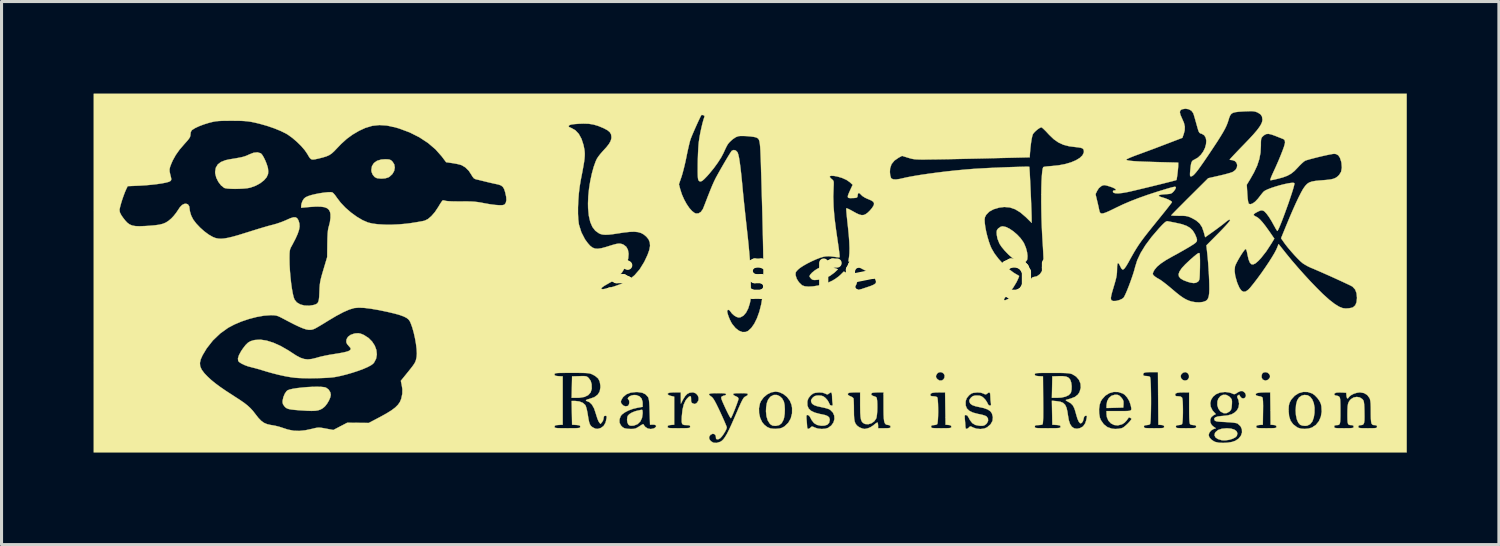
<source format=kicad_pcb>
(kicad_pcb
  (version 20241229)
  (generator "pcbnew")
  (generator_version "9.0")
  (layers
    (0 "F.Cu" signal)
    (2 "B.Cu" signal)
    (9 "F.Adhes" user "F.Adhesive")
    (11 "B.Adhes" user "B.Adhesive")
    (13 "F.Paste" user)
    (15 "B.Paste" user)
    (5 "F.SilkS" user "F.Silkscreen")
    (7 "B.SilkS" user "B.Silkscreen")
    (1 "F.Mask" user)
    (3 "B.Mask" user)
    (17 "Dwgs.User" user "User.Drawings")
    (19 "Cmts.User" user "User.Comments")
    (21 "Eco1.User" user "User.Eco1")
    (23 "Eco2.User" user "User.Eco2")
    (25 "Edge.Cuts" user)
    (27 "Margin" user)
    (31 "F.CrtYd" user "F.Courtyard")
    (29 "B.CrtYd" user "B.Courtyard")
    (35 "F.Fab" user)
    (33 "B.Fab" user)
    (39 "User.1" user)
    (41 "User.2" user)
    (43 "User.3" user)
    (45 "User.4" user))
  (footprint "raryosu_is_religion"
    (layer "F.Cu")
    (at 21.392 5.847)
    (property "Reference" "raryosu_is_religion" (at 0 0 0) (layer "F.SilkS") (effects (font (size 1.524 1.524) (thickness 0.3))))
    (attr through_hole)
    (fp_poly (pts (xy 11.977 3.969) (xy 12.031 3.996) (xy 12.089 4.054) (xy 12.14 4.12) (xy 12.161 4.18) (xy 12.162 4.26) (xy 12.162 4.263) (xy 12.154 4.381) (xy 11.608 4.396) (xy 11.608 4.305) (xy 11.628 4.177) (xy 11.684 4.072) (xy 11.769 3.998) (xy 11.876 3.964) (xy 11.904 3.963) (xy 11.977 3.969)) (stroke (width 0.01) (type solid)) (fill yes) (layer "F.SilkS"))
    (fp_poly (pts (xy -5.383 3.357) (xy -5.335 3.367) (xy -5.3 3.386) (xy -5.264 3.418) (xy -5.259 3.424) (xy -5.197 3.514) (xy -5.167 3.621) (xy -5.163 3.769) (xy -5.2 3.888) (xy -5.278 3.976) (xy -5.397 4.034) (xy -5.556 4.061) (xy -5.632 4.064) (xy -5.818 4.064) (xy -5.804 3.365) (xy -5.568 3.358) (xy -5.457 3.355) (xy -5.383 3.357)) (stroke (width 0.01) (type solid)) (fill yes) (layer "F.SilkS"))
    (fp_poly (pts (xy 10.289 3.371) (xy 10.359 3.4) (xy 10.409 3.45) (xy 10.431 3.485) (xy 10.459 3.572) (xy 10.473 3.682) (xy 10.47 3.794) (xy 10.451 3.886) (xy 10.441 3.908) (xy 10.378 3.975) (xy 10.274 4.025) (xy 10.137 4.056) (xy 10.013 4.063) (xy 9.828 4.064) (xy 9.842 3.365) (xy 10.048 3.358) (xy 10.188 3.358) (xy 10.289 3.371)) (stroke (width 0.01) (type solid)) (fill yes) (layer "F.SilkS"))
    (fp_poly (pts (xy 15.664 5.067) (xy 15.771 5.099) (xy 15.842 5.15) (xy 15.872 5.216) (xy 15.857 5.294) (xy 15.853 5.303) (xy 15.801 5.355) (xy 15.713 5.399) (xy 15.603 5.432) (xy 15.486 5.449) (xy 15.377 5.447) (xy 15.354 5.443) (xy 15.236 5.406) (xy 15.159 5.353) (xy 15.126 5.287) (xy 15.14 5.214) (xy 15.159 5.183) (xy 15.241 5.113) (xy 15.365 5.071) (xy 15.527 5.056) (xy 15.664 5.067)) (stroke (width 0.01) (type solid)) (fill yes) (layer "F.SilkS"))
    (fp_poly (pts (xy -11.806 -3.706) (xy -11.745 -3.696) (xy -11.699 -3.673) (xy -11.657 -3.634) (xy -11.598 -3.543) (xy -11.58 -3.437) (xy -11.601 -3.328) (xy -11.659 -3.226) (xy -11.75 -3.142) (xy -11.785 -3.12) (xy -11.889 -3.087) (xy -12.02 -3.077) (xy -12.159 -3.091) (xy -12.234 -3.129) (xy -12.296 -3.201) (xy -12.336 -3.293) (xy -12.344 -3.357) (xy -12.323 -3.486) (xy -12.259 -3.587) (xy -12.157 -3.659) (xy -12.019 -3.7) (xy -11.901 -3.708) (xy -11.806 -3.706)) (stroke (width 0.01) (type solid)) (fill yes) (layer "F.SilkS"))
    (fp_poly (pts (xy 15.502 3.966) (xy 15.597 4.014) (xy 15.626 4.04) (xy 15.667 4.085) (xy 15.689 4.126) (xy 15.696 4.18) (xy 15.694 4.265) (xy 15.692 4.284) (xy 15.683 4.38) (xy 15.668 4.442) (xy 15.64 4.485) (xy 15.612 4.512) (xy 15.52 4.563) (xy 15.425 4.564) (xy 15.331 4.515) (xy 15.313 4.501) (xy 15.25 4.412) (xy 15.218 4.3) (xy 15.221 4.182) (xy 15.25 4.094) (xy 15.319 4.008) (xy 15.406 3.965) (xy 15.502 3.966)) (stroke (width 0.01) (type solid)) (fill yes) (layer "F.SilkS"))
    (fp_poly (pts (xy -3.51 4.478) (xy -3.505 4.539) (xy -3.505 4.572) (xy -3.525 4.717) (xy -3.581 4.835) (xy -3.669 4.92) (xy -3.785 4.967) (xy -3.815 4.971) (xy -3.894 4.974) (xy -3.945 4.956) (xy -3.969 4.935) (xy -4.001 4.869) (xy -4.013 4.78) (xy -4.003 4.69) (xy -3.987 4.647) (xy -3.94 4.597) (xy -3.859 4.547) (xy -3.76 4.505) (xy -3.683 4.484) (xy -3.61 4.469) (xy -3.552 4.455) (xy -3.55 4.454) (xy -3.523 4.454) (xy -3.51 4.478)) (stroke (width 0.01) (type solid)) (fill yes) (layer "F.SilkS"))
    (fp_poly (pts (xy 18.157 3.979) (xy 18.244 4.031) (xy 18.313 4.12) (xy 18.361 4.24) (xy 18.386 4.386) (xy 18.384 4.552) (xy 18.362 4.697) (xy 18.316 4.831) (xy 18.243 4.922) (xy 18.146 4.971) (xy 18.08 4.978) (xy 17.998 4.97) (xy 17.929 4.948) (xy 17.915 4.94) (xy 17.855 4.871) (xy 17.808 4.763) (xy 17.779 4.625) (xy 17.77 4.47) (xy 17.783 4.289) (xy 17.819 4.151) (xy 17.88 4.053) (xy 17.968 3.992) (xy 18.053 3.97) (xy 18.157 3.979)) (stroke (width 0.01) (type solid)) (fill yes) (layer "F.SilkS"))
    (fp_poly (pts (xy 0.867 3.971) (xy 0.961 4.011) (xy 1.041 4.085) (xy 1.097 4.188) (xy 1.12 4.299) (xy 1.128 4.437) (xy 1.123 4.582) (xy 1.103 4.713) (xy 1.084 4.779) (xy 1.026 4.888) (xy 0.947 4.952) (xy 0.842 4.977) (xy 0.811 4.978) (xy 0.728 4.969) (xy 0.665 4.932) (xy 0.634 4.901) (xy 0.571 4.801) (xy 0.53 4.665) (xy 0.513 4.504) (xy 0.519 4.373) (xy 0.543 4.229) (xy 0.584 4.122) (xy 0.648 4.04) (xy 0.679 4.013) (xy 0.769 3.97) (xy 0.867 3.971)) (stroke (width 0.01) (type solid)) (fill yes) (layer "F.SilkS"))
    (fp_poly (pts (xy 2.485 -0.199) (xy 2.511 -0.197) (xy 2.617 -0.187) (xy 2.712 -0.172) (xy 2.778 -0.155) (xy 2.781 -0.154) (xy 2.857 -0.123) (xy 2.742 -0.015) (xy 2.597 0.091) (xy 2.419 0.17) (xy 2.22 0.216) (xy 2.185 0.22) (xy 2.097 0.226) (xy 2.043 0.22) (xy 2.003 0.198) (xy 1.984 0.181) (xy 1.946 0.135) (xy 1.93 0.104) (xy 1.951 0.057) (xy 2.005 -0.005) (xy 2.081 -0.07) (xy 2.169 -0.129) (xy 2.185 -0.138) (xy 2.258 -0.175) (xy 2.32 -0.195) (xy 2.389 -0.202) (xy 2.485 -0.199)) (stroke (width 0.01) (type solid)) (fill yes) (layer "F.SilkS"))
    (fp_poly (pts (xy 8.326 -1.503) (xy 8.444 -1.447) (xy 8.57 -1.362) (xy 8.693 -1.257) (xy 8.805 -1.139) (xy 8.894 -1.016) (xy 8.928 -0.954) (xy 8.983 -0.819) (xy 9.019 -0.682) (xy 9.034 -0.556) (xy 9.027 -0.454) (xy 9.015 -0.419) (xy 8.96 -0.354) (xy 8.88 -0.334) (xy 8.773 -0.356) (xy 8.661 -0.41) (xy 8.543 -0.492) (xy 8.416 -0.602) (xy 8.293 -0.729) (xy 8.188 -0.856) (xy 8.119 -0.961) (xy 8.055 -1.124) (xy 8.033 -1.244) (xy 8.028 -1.331) (xy 8.034 -1.386) (xy 8.057 -1.427) (xy 8.085 -1.458) (xy 8.161 -1.51) (xy 8.223 -1.524) (xy 8.326 -1.503)) (stroke (width 0.01) (type solid)) (fill yes) (layer "F.SilkS"))
    (fp_poly (pts (xy 14.637 -0.648) (xy 14.638 -0.646) (xy 14.645 -0.608) (xy 14.65 -0.529) (xy 14.653 -0.418) (xy 14.653 -0.285) (xy 14.652 -0.187) (xy 14.648 -0.031) (xy 14.644 0.081) (xy 14.639 0.159) (xy 14.631 0.211) (xy 14.618 0.243) (xy 14.601 0.266) (xy 14.583 0.282) (xy 14.522 0.316) (xy 14.447 0.326) (xy 14.348 0.311) (xy 14.249 0.283) (xy 14.114 0.231) (xy 14.02 0.175) (xy 13.967 0.11) (xy 13.956 0.034) (xy 13.988 -0.055) (xy 14.061 -0.162) (xy 14.178 -0.288) (xy 14.338 -0.438) (xy 14.345 -0.444) (xy 14.455 -0.54) (xy 14.534 -0.605) (xy 14.587 -0.642) (xy 14.619 -0.655) (xy 14.637 -0.648)) (stroke (width 0.01) (type solid)) (fill yes) (layer "F.SilkS"))
    (fp_poly (pts (xy -13.981 3.706) (xy -13.877 3.717) (xy -13.823 3.731) (xy -13.739 3.791) (xy -13.682 3.881) (xy -13.665 3.967) (xy -13.682 4.05) (xy -13.725 4.151) (xy -13.785 4.253) (xy -13.853 4.339) (xy -13.876 4.361) (xy -13.939 4.411) (xy -14.005 4.447) (xy -14.081 4.472) (xy -14.175 4.486) (xy -14.294 4.49) (xy -14.447 4.485) (xy -14.641 4.473) (xy -14.687 4.47) (xy -14.843 4.457) (xy -14.956 4.444) (xy -15.037 4.428) (xy -15.095 4.407) (xy -15.138 4.379) (xy -15.175 4.341) (xy -15.178 4.337) (xy -15.223 4.271) (xy -15.237 4.204) (xy -15.234 4.153) (xy -15.209 4.04) (xy -15.166 3.935) (xy -15.111 3.853) (xy -15.077 3.822) (xy -15.011 3.795) (xy -14.904 3.77) (xy -14.766 3.748) (xy -14.608 3.73) (xy -14.441 3.715) (xy -14.274 3.706) (xy -14.117 3.703) (xy -13.981 3.706)) (stroke (width 0.01) (type solid)) (fill yes) (layer "F.SilkS"))
    (fp_poly (pts (xy -15.951 -3.904) (xy -15.939 -3.897) (xy -15.899 -3.852) (xy -15.85 -3.771) (xy -15.8 -3.669) (xy -15.755 -3.557) (xy -15.721 -3.451) (xy -15.71 -3.399) (xy -15.703 -3.312) (xy -15.709 -3.229) (xy -15.71 -3.226) (xy -15.756 -3.122) (xy -15.845 -3.02) (xy -15.967 -2.926) (xy -16.114 -2.846) (xy -16.278 -2.787) (xy -16.294 -2.782) (xy -16.387 -2.765) (xy -16.507 -2.753) (xy -16.643 -2.746) (xy -16.784 -2.743) (xy -16.916 -2.746) (xy -17.029 -2.754) (xy -17.111 -2.767) (xy -17.139 -2.777) (xy -17.241 -2.858) (xy -17.33 -2.975) (xy -17.396 -3.109) (xy -17.43 -3.247) (xy -17.433 -3.298) (xy -17.411 -3.431) (xy -17.348 -3.538) (xy -17.243 -3.62) (xy -17.094 -3.678) (xy -16.97 -3.705) (xy -16.795 -3.733) (xy -16.662 -3.757) (xy -16.559 -3.778) (xy -16.479 -3.8) (xy -16.413 -3.824) (xy -16.349 -3.852) (xy -16.33 -3.862) (xy -16.182 -3.92) (xy -16.055 -3.934) (xy -15.951 -3.904)) (stroke (width 0.01) (type solid)) (fill yes) (layer "F.SilkS"))
    (fp_poly (pts (xy -12.694 1.973) (xy -12.606 2.008) (xy -12.588 2.017) (xy -12.439 2.111) (xy -12.32 2.229) (xy -12.233 2.363) (xy -12.18 2.506) (xy -12.165 2.651) (xy -12.189 2.789) (xy -12.254 2.914) (xy -12.287 2.953) (xy -12.355 3.003) (xy -12.464 3.061) (xy -12.607 3.123) (xy -12.774 3.185) (xy -12.958 3.245) (xy -13.15 3.301) (xy -13.342 3.349) (xy -13.525 3.386) (xy -13.536 3.388) (xy -13.645 3.401) (xy -13.792 3.412) (xy -13.967 3.42) (xy -14.157 3.425) (xy -14.351 3.426) (xy -14.537 3.425) (xy -14.703 3.419) (xy -14.821 3.411) (xy -14.974 3.391) (xy -15.161 3.358) (xy -15.366 3.313) (xy -15.574 3.26) (xy -15.772 3.204) (xy -15.786 3.199) (xy -15.921 3.158) (xy -16.05 3.12) (xy -16.16 3.09) (xy -16.238 3.071) (xy -16.243 3.069) (xy -16.362 3.038) (xy -16.477 2.995) (xy -16.578 2.946) (xy -16.65 2.898) (xy -16.681 2.862) (xy -16.69 2.783) (xy -16.657 2.675) (xy -16.584 2.54) (xy -16.524 2.452) (xy -16.439 2.342) (xy -16.362 2.267) (xy -16.279 2.219) (xy -16.177 2.188) (xy -16.132 2.179) (xy -15.955 2.169) (xy -15.754 2.2) (xy -15.532 2.27) (xy -15.295 2.377) (xy -15.046 2.52) (xy -14.947 2.585) (xy -14.788 2.688) (xy -14.653 2.759) (xy -14.532 2.799) (xy -14.413 2.812) (xy -14.283 2.798) (xy -14.13 2.761) (xy -14.072 2.743) (xy -13.98 2.719) (xy -13.855 2.692) (xy -13.714 2.664) (xy -13.579 2.642) (xy -13.399 2.613) (xy -13.263 2.588) (xy -13.164 2.565) (xy -13.096 2.544) (xy -13.052 2.521) (xy -13.029 2.501) (xy -13.014 2.47) (xy -13.028 2.434) (xy -13.075 2.38) (xy -13.135 2.309) (xy -13.16 2.249) (xy -13.156 2.182) (xy -13.15 2.154) (xy -13.104 2.076) (xy -13.019 2.013) (xy -12.904 1.972) (xy -12.854 1.964) (xy -12.768 1.959) (xy -12.694 1.973)) (stroke (width 0.01) (type solid)) (fill yes) (layer "F.SilkS"))
    (fp_poly (pts (xy 21.387 5.842) (xy -21.387 5.842) (xy -21.387 2.928) (xy -17.929 2.928) (xy -17.92 3.037) (xy -17.872 3.145) (xy -17.784 3.263) (xy -17.682 3.37) (xy -17.567 3.477) (xy -17.433 3.587) (xy -17.274 3.705) (xy -17.082 3.837) (xy -16.853 3.985) (xy -16.808 4.015) (xy -16.631 4.129) (xy -16.49 4.226) (xy -16.378 4.314) (xy -16.285 4.4) (xy -16.203 4.489) (xy -16.128 4.585) (xy -16.024 4.718) (xy -15.932 4.813) (xy -15.841 4.879) (xy -15.739 4.922) (xy -15.616 4.95) (xy -15.573 4.956) (xy -15.457 4.978) (xy -15.336 5.009) (xy -15.265 5.032) (xy -15.063 5.098) (xy -14.877 5.135) (xy -14.693 5.142) (xy -14.494 5.121) (xy -14.278 5.075) (xy -14.177 5.05) (xy -14.103 5.037) (xy -14.037 5.034) (xy -13.962 5.042) (xy -13.86 5.06) (xy -13.823 5.067) (xy -13.582 5.112) (xy -13.356 4.994) (xy -13.13 4.876) (xy -12.779 4.879) (xy -12.427 4.882) (xy -12.049 4.683) (xy -11.847 4.571) (xy -11.688 4.472) (xy -11.566 4.38) (xy -11.476 4.29) (xy -11.413 4.199) (xy -11.372 4.101) (xy -11.369 4.091) (xy -11.335 3.933) (xy -11.333 3.78) (xy -11.356 3.635) (xy -11.383 3.509) (xy -11.214 3.301) (xy -6.375 3.301) (xy -6.368 3.33) (xy -6.337 3.347) (xy -6.27 3.356) (xy -6.242 3.358) (xy -6.109 3.365) (xy -6.109 4.94) (xy -6.242 4.948) (xy -6.321 4.955) (xy -6.361 4.969) (xy -6.375 4.995) (xy -6.375 5.005) (xy -6.373 5.023) (xy -6.36 5.037) (xy -6.331 5.045) (xy -6.276 5.051) (xy -6.191 5.053) (xy -6.067 5.054) (xy -5.956 5.055) (xy -5.802 5.054) (xy -5.69 5.053) (xy -5.616 5.049) (xy -5.57 5.043) (xy -5.547 5.033) (xy -5.538 5.018) (xy -5.537 5.005) (xy -5.545 4.975) (xy -5.576 4.959) (xy -5.643 4.95) (xy -5.671 4.948) (xy -5.804 4.94) (xy -5.818 4.166) (xy -5.702 4.166) (xy -5.567 4.182) (xy -5.454 4.227) (xy -5.376 4.296) (xy -5.371 4.303) (xy -5.349 4.356) (xy -5.324 4.445) (xy -5.302 4.554) (xy -5.293 4.609) (xy -5.27 4.752) (xy -5.248 4.855) (xy -5.224 4.926) (xy -5.193 4.975) (xy -5.152 5.012) (xy -5.125 5.029) (xy -5.044 5.069) (xy -4.971 5.076) (xy -4.884 5.052) (xy -4.865 5.044) (xy -4.777 4.981) (xy -4.715 4.875) (xy -4.687 4.765) (xy -4.26 4.765) (xy -4.258 4.873) (xy -4.213 4.964) (xy -4.158 5.021) (xy -4.095 5.056) (xy -4.008 5.073) (xy -3.895 5.078) (xy -3.8 5.076) (xy -3.729 5.06) (xy -3.659 5.023) (xy -3.61 4.991) (xy -3.543 4.948) (xy -3.496 4.924) (xy -3.48 4.923) (xy -3.464 4.955) (xy -3.425 5.004) (xy -3.418 5.013) (xy -3.338 5.064) (xy -3.24 5.081) (xy -3.143 5.062) (xy -3.106 5.041) (xy -3.072 5.005) (xy -2.692 5.005) (xy -2.69 5.025) (xy -2.676 5.038) (xy -2.644 5.047) (xy -2.585 5.052) (xy -2.493 5.054) (xy -2.359 5.055) (xy -2.324 5.055) (xy -2.181 5.054) (xy -2.08 5.052) (xy -2.015 5.048) (xy -1.978 5.04) (xy -1.961 5.028) (xy -1.956 5.01) (xy -1.956 5.004) (xy -1.964 4.971) (xy -1.997 4.956) (xy -2.064 4.953) (xy -2.142 4.95) (xy -2.193 4.936) (xy -2.221 4.903) (xy -2.233 4.841) (xy -2.232 4.742) (xy -2.229 4.67) (xy -2.207 4.456) (xy -2.167 4.286) (xy -2.107 4.154) (xy -2.065 4.097) (xy -1.999 4.03) (xy -1.955 4.008) (xy -1.931 4.031) (xy -1.927 4.1) (xy -1.927 4.107) (xy -1.926 4.181) (xy -1.907 4.223) (xy -1.883 4.24) (xy -1.819 4.265) (xy -1.768 4.251) (xy -1.727 4.216) (xy -1.685 4.143) (xy -1.682 4.06) (xy -1.712 3.982) (xy -1.731 3.962) (xy -1.343 3.962) (xy -1.307 3.997) (xy -1.266 4.026) (xy -1.233 4.054) (xy -1.197 4.101) (xy -1.154 4.172) (xy -1.1 4.274) (xy -1.032 4.413) (xy -0.975 4.534) (xy -0.91 4.676) (xy -0.853 4.804) (xy -0.807 4.911) (xy -0.776 4.987) (xy -0.763 5.027) (xy -0.763 5.029) (xy -0.777 5.082) (xy -0.815 5.158) (xy -0.866 5.242) (xy -0.922 5.32) (xy -0.972 5.375) (xy -0.979 5.381) (xy -1.037 5.413) (xy -1.087 5.416) (xy -1.114 5.393) (xy -1.115 5.376) (xy -1.123 5.296) (xy -1.163 5.247) (xy -1.222 5.234) (xy -1.288 5.265) (xy -1.296 5.271) (xy -1.34 5.336) (xy -1.334 5.407) (xy -1.284 5.475) (xy -1.198 5.527) (xy -1.093 5.533) (xy -0.976 5.497) (xy -0.925 5.464) (xy -0.873 5.413) (xy -0.819 5.339) (xy -0.784 5.281) (xy 14.935 5.281) (xy 14.958 5.349) (xy 15.017 5.419) (xy 15.102 5.478) (xy 15.151 5.501) (xy 15.265 5.526) (xy 15.407 5.533) (xy 15.557 5.525) (xy 15.698 5.501) (xy 15.805 5.464) (xy 15.915 5.39) (xy 15.988 5.296) (xy 16.023 5.192) (xy 16.018 5.087) (xy 15.974 4.99) (xy 15.889 4.911) (xy 15.867 4.897) (xy 15.821 4.885) (xy 15.736 4.872) (xy 15.624 4.862) (xy 15.496 4.854) (xy 15.484 4.853) (xy 15.345 4.846) (xy 15.248 4.838) (xy 15.186 4.828) (xy 15.149 4.814) (xy 15.129 4.795) (xy 15.129 4.795) (xy 15.115 4.742) (xy 15.149 4.702) (xy 15.23 4.673) (xy 15.36 4.656) (xy 15.397 4.654) (xy 15.563 4.635) (xy 15.691 4.598) (xy 15.791 4.537) (xy 15.859 4.47) (xy 15.91 4.373) (xy 15.927 4.256) (xy 15.908 4.137) (xy 15.888 4.091) (xy 15.865 4.037) (xy 15.87 4.006) (xy 15.889 3.987) (xy 15.923 3.965) (xy 15.933 3.965) (xy 15.948 3.993) (xy 15.967 4.026) (xy 16.016 4.076) (xy 16.078 4.083) (xy 16.118 4.063) (xy 16.151 4.007) (xy 16.144 3.959) (xy 16.465 3.959) (xy 16.496 3.993) (xy 16.565 4.008) (xy 16.635 4.022) (xy 16.683 4.046) (xy 16.686 4.05) (xy 16.698 4.092) (xy 16.706 4.184) (xy 16.709 4.326) (xy 16.707 4.512) (xy 16.701 4.94) (xy 16.593 4.948) (xy 16.523 4.958) (xy 16.491 4.977) (xy 16.485 5.005) (xy 16.488 5.025) (xy 16.502 5.039) (xy 16.537 5.048) (xy 16.599 5.052) (xy 16.697 5.054) (xy 16.815 5.055) (xy 16.95 5.054) (xy 17.042 5.052) (xy 17.099 5.047) (xy 17.13 5.037) (xy 17.143 5.023) (xy 17.145 5.005) (xy 17.133 4.971) (xy 17.09 4.953) (xy 17.05 4.948) (xy 16.954 4.94) (xy 16.949 4.483) (xy 17.54 4.483) (xy 17.557 4.665) (xy 17.605 4.811) (xy 17.69 4.928) (xy 17.814 5.021) (xy 17.843 5.038) (xy 17.941 5.068) (xy 18.064 5.077) (xy 18.191 5.065) (xy 18.302 5.032) (xy 18.302 5.032) (xy 18.345 5.004) (xy 19.025 5.004) (xy 19.027 5.025) (xy 19.042 5.039) (xy 19.075 5.048) (xy 19.137 5.053) (xy 19.234 5.054) (xy 19.342 5.055) (xy 19.474 5.054) (xy 19.563 5.052) (xy 19.618 5.046) (xy 19.647 5.037) (xy 19.658 5.021) (xy 19.66 5.004) (xy 19.644 4.963) (xy 19.598 4.953) (xy 19.541 4.951) (xy 19.502 4.94) (xy 19.477 4.912) (xy 19.464 4.859) (xy 19.458 4.774) (xy 19.456 4.647) (xy 19.456 4.609) (xy 19.458 4.457) (xy 19.464 4.345) (xy 19.476 4.263) (xy 19.498 4.203) (xy 19.531 4.152) (xy 19.571 4.108) (xy 19.658 4.053) (xy 19.76 4.034) (xy 19.86 4.051) (xy 19.941 4.104) (xy 19.966 4.133) (xy 19.983 4.165) (xy 19.994 4.21) (xy 20.002 4.277) (xy 20.007 4.375) (xy 20.011 4.514) (xy 20.011 4.525) (xy 20.013 4.682) (xy 20.011 4.795) (xy 20.001 4.872) (xy 19.982 4.919) (xy 19.952 4.944) (xy 19.909 4.952) (xy 19.885 4.953) (xy 19.831 4.962) (xy 19.812 4.994) (xy 19.812 5.004) (xy 19.815 5.025) (xy 19.83 5.04) (xy 19.864 5.048) (xy 19.927 5.053) (xy 20.027 5.054) (xy 20.117 5.055) (xy 20.245 5.054) (xy 20.332 5.052) (xy 20.384 5.046) (xy 20.411 5.035) (xy 20.421 5.019) (xy 20.422 5.004) (xy 20.409 4.966) (xy 20.361 4.953) (xy 20.35 4.953) (xy 20.302 4.95) (xy 20.267 4.935) (xy 20.243 4.902) (xy 20.229 4.843) (xy 20.221 4.751) (xy 20.219 4.62) (xy 20.218 4.526) (xy 20.217 4.369) (xy 20.213 4.253) (xy 20.204 4.169) (xy 20.191 4.109) (xy 20.176 4.071) (xy 20.102 3.972) (xy 19.997 3.909) (xy 19.866 3.886) (xy 19.864 3.886) (xy 19.766 3.899) (xy 19.664 3.931) (xy 19.575 3.977) (xy 19.515 4.028) (xy 19.506 4.041) (xy 19.472 4.084) (xy 19.446 4.077) (xy 19.429 4.023) (xy 19.426 3.994) (xy 19.418 3.899) (xy 19.28 3.891) (xy 19.19 3.889) (xy 19.113 3.893) (xy 19.083 3.898) (xy 19.036 3.924) (xy 19.027 3.959) (xy 19.054 3.984) (xy 19.082 3.989) (xy 19.149 4.004) (xy 19.183 4.023) (xy 19.2 4.041) (xy 19.212 4.07) (xy 19.22 4.117) (xy 19.224 4.192) (xy 19.227 4.3) (xy 19.228 4.45) (xy 19.228 4.49) (xy 19.228 4.653) (xy 19.225 4.773) (xy 19.219 4.856) (xy 19.207 4.908) (xy 19.186 4.937) (xy 19.155 4.95) (xy 19.111 4.953) (xy 19.086 4.953) (xy 19.037 4.966) (xy 19.025 5.004) (xy 18.345 5.004) (xy 18.428 4.948) (xy 18.525 4.829) (xy 18.59 4.683) (xy 18.619 4.518) (xy 18.609 4.343) (xy 18.591 4.259) (xy 18.548 4.167) (xy 18.477 4.068) (xy 18.391 3.979) (xy 18.312 3.923) (xy 18.165 3.874) (xy 18.015 3.871) (xy 17.871 3.912) (xy 17.741 3.994) (xy 17.632 4.114) (xy 17.595 4.176) (xy 17.564 4.246) (xy 17.547 4.324) (xy 17.541 4.428) (xy 17.54 4.483) (xy 16.949 4.483) (xy 16.948 4.413) (xy 16.941 3.886) (xy 16.779 3.886) (xy 16.631 3.891) (xy 16.531 3.904) (xy 16.476 3.928) (xy 16.465 3.959) (xy 16.144 3.959) (xy 16.141 3.939) (xy 16.104 3.886) (xy 16.042 3.844) (xy 15.975 3.843) (xy 15.891 3.881) (xy 15.867 3.897) (xy 15.807 3.935) (xy 15.766 3.946) (xy 15.721 3.932) (xy 15.692 3.917) (xy 15.606 3.89) (xy 15.494 3.875) (xy 15.456 3.874) (xy 15.304 3.893) (xy 15.178 3.945) (xy 15.081 4.024) (xy 15.017 4.122) (xy 14.989 4.234) (xy 15.001 4.352) (xy 15.058 4.469) (xy 15.105 4.525) (xy 15.169 4.593) (xy 15.091 4.634) (xy 15.019 4.695) (xy 14.986 4.777) (xy 14.991 4.867) (xy 15.034 4.95) (xy 15.085 4.997) (xy 15.171 5.055) (xy 15.093 5.082) (xy 15.012 5.131) (xy 14.955 5.205) (xy 14.935 5.281) (xy -0.784 5.281) (xy -0.758 5.238) (xy -0.69 5.103) (xy -0.61 4.931) (xy -0.516 4.717) (xy -0.497 4.674) (xy -0.416 4.486) (xy -0.38 4.403) (xy 0.285 4.403) (xy 0.289 4.565) (xy 0.325 4.722) (xy 0.389 4.857) (xy 0.461 4.944) (xy 0.559 5.019) (xy 0.658 5.06) (xy 0.776 5.074) (xy 0.843 5.073) (xy 0.949 5.064) (xy 1.026 5.044) (xy 1.097 5.007) (xy 1.123 4.989) (xy 1.24 4.877) (xy 1.321 4.735) (xy 1.332 4.691) (xy 1.83 4.691) (xy 1.836 4.773) (xy 1.838 4.794) (xy 1.846 4.891) (xy 1.852 4.975) (xy 1.854 5.023) (xy 1.869 5.069) (xy 1.906 5.076) (xy 1.958 5.041) (xy 1.966 5.032) (xy 1.996 5.004) (xy 2.025 4.999) (xy 2.072 5.017) (xy 2.102 5.032) (xy 2.204 5.066) (xy 2.326 5.079) (xy 2.446 5.071) (xy 2.538 5.043) (xy 2.643 4.965) (xy 2.712 4.867) (xy 2.744 4.757) (xy 2.738 4.646) (xy 2.694 4.544) (xy 2.612 4.461) (xy 2.57 4.435) (xy 2.51 4.413) (xy 2.42 4.389) (xy 2.324 4.369) (xy 2.179 4.337) (xy 2.078 4.3) (xy 2.016 4.255) (xy 1.986 4.196) (xy 1.981 4.15) (xy 1.998 4.108) (xy 2.039 4.055) (xy 2.044 4.05) (xy 2.097 4.009) (xy 2.163 3.991) (xy 2.233 3.988) (xy 2.323 3.994) (xy 2.389 4.02) (xy 2.449 4.065) (xy 2.511 4.134) (xy 2.558 4.21) (xy 2.566 4.23) (xy 2.599 4.296) (xy 2.643 4.318) (xy 2.647 4.318) (xy 2.681 4.311) (xy 2.689 4.28) (xy 2.683 4.239) (xy 2.674 4.166) (xy 2.668 4.071) (xy 2.667 4.023) (xy 2.661 3.934) (xy 2.66 3.931) (xy 3.178 3.931) (xy 3.186 3.968) (xy 3.235 4.002) (xy 3.262 4.012) (xy 3.324 4.042) (xy 3.361 4.076) (xy 3.363 4.08) (xy 3.369 4.119) (xy 3.373 4.198) (xy 3.377 4.306) (xy 3.378 4.433) (xy 3.378 4.461) (xy 3.38 4.622) (xy 3.387 4.742) (xy 3.402 4.83) (xy 3.426 4.896) (xy 3.462 4.948) (xy 3.5 4.986) (xy 3.57 5.031) (xy 3.661 5.066) (xy 3.721 5.078) (xy 3.76 5.073) (xy 3.826 5.058) (xy 3.844 5.053) (xy 3.922 5.019) (xy 4.007 4.964) (xy 4.037 4.939) (xy 4.094 4.893) (xy 4.136 4.869) (xy 4.149 4.869) (xy 4.16 4.903) (xy 4.166 4.965) (xy 4.166 4.97) (xy 4.166 5.055) (xy 4.369 5.055) (xy 4.47 5.053) (xy 4.531 5.048) (xy 4.561 5.037) (xy 4.571 5.017) (xy 4.572 5.005) (xy 4.558 4.968) (xy 4.507 4.95) (xy 4.49 4.948) (xy 4.443 4.94) (xy 4.407 4.92) (xy 4.381 4.882) (xy 4.363 4.821) (xy 4.352 4.731) (xy 4.346 4.604) (xy 4.344 4.436) (xy 4.344 4.35) (xy 4.343 3.965) (xy 5.867 3.965) (xy 5.878 3.998) (xy 5.917 4.011) (xy 5.964 4.013) (xy 6.035 4.021) (xy 6.086 4.039) (xy 6.091 4.044) (xy 6.103 4.081) (xy 6.112 4.158) (xy 6.119 4.264) (xy 6.122 4.389) (xy 6.123 4.521) (xy 6.121 4.651) (xy 6.115 4.766) (xy 6.107 4.857) (xy 6.096 4.912) (xy 6.091 4.923) (xy 6.046 4.944) (xy 5.978 4.953) (xy 5.977 4.953) (xy 5.918 4.959) (xy 5.895 4.984) (xy 5.893 5.004) (xy 5.896 5.025) (xy 5.909 5.039) (xy 5.942 5.048) (xy 6.002 5.052) (xy 6.098 5.054) (xy 6.223 5.055) (xy 6.358 5.054) (xy 6.45 5.052) (xy 6.508 5.047) (xy 6.539 5.037) (xy 6.551 5.023) (xy 6.553 5.005) (xy 6.542 4.971) (xy 6.498 4.953) (xy 6.458 4.948) (xy 6.363 4.94) (xy 6.36 4.695) (xy 6.987 4.695) (xy 6.994 4.779) (xy 7.003 4.876) (xy 7.009 4.963) (xy 7.01 5.008) (xy 7.023 5.065) (xy 7.058 5.078) (xy 7.109 5.046) (xy 7.123 5.031) (xy 7.154 5.001) (xy 7.182 4.995) (xy 7.227 5.013) (xy 7.26 5.031) (xy 7.375 5.07) (xy 7.504 5.081) (xy 7.629 5.064) (xy 7.722 5.023) (xy 7.832 4.925) (xy 7.894 4.814) (xy 7.906 4.692) (xy 7.875 4.575) (xy 7.825 4.502) (xy 7.737 4.443) (xy 7.609 4.397) (xy 7.48 4.369) (xy 7.335 4.337) (xy 7.234 4.3) (xy 7.172 4.255) (xy 7.142 4.196) (xy 7.137 4.15) (xy 7.154 4.108) (xy 7.195 4.055) (xy 7.2 4.05) (xy 7.253 4.009) (xy 7.319 3.991) (xy 7.389 3.988) (xy 7.479 3.994) (xy 7.545 4.019) (xy 7.605 4.066) (xy 7.668 4.134) (xy 7.717 4.21) (xy 7.726 4.231) (xy 7.764 4.299) (xy 7.806 4.318) (xy 7.837 4.311) (xy 7.846 4.282) (xy 7.84 4.223) (xy 7.829 4.135) (xy 7.824 4.034) (xy 7.823 4.007) (xy 7.817 3.924) (xy 7.794 3.889) (xy 7.754 3.899) (xy 7.72 3.926) (xy 7.685 3.95) (xy 7.649 3.949) (xy 7.593 3.923) (xy 7.51 3.895) (xy 7.403 3.889) (xy 7.361 3.892) (xy 7.268 3.902) (xy 7.205 3.924) (xy 7.149 3.966) (xy 7.121 3.993) (xy 7.055 4.073) (xy 7.024 4.156) (xy 7.018 4.196) (xy 7.02 4.314) (xy 7.058 4.41) (xy 7.135 4.485) (xy 7.254 4.544) (xy 7.419 4.588) (xy 7.474 4.598) (xy 7.571 4.62) (xy 7.653 4.647) (xy 7.7 4.671) (xy 7.746 4.737) (xy 7.75 4.815) (xy 7.711 4.893) (xy 7.682 4.923) (xy 7.633 4.958) (xy 7.582 4.974) (xy 7.509 4.976) (xy 7.463 4.973) (xy 7.334 4.948) (xy 7.235 4.888) (xy 7.157 4.787) (xy 7.124 4.723) (xy 7.079 4.648) (xy 7.031 4.623) (xy 7.028 4.623) (xy 7.001 4.627) (xy 6.988 4.647) (xy 6.987 4.695) (xy 6.36 4.695) (xy 6.356 4.413) (xy 6.349 3.886) (xy 6.165 3.887) (xy 6.033 3.89) (xy 5.944 3.9) (xy 5.892 3.919) (xy 5.869 3.948) (xy 5.867 3.965) (xy 4.343 3.965) (xy 4.343 3.886) (xy 4.18 3.886) (xy 4.089 3.889) (xy 4.014 3.895) (xy 3.977 3.902) (xy 3.941 3.932) (xy 3.947 3.969) (xy 3.992 3.999) (xy 4.007 4.004) (xy 4.07 4.025) (xy 4.108 4.045) (xy 4.124 4.083) (xy 4.135 4.159) (xy 4.14 4.261) (xy 4.141 4.378) (xy 4.138 4.497) (xy 4.129 4.607) (xy 4.116 4.694) (xy 4.104 4.737) (xy 4.043 4.827) (xy 3.955 4.891) (xy 3.853 4.923) (xy 3.752 4.919) (xy 3.707 4.901) (xy 3.664 4.871) (xy 3.631 4.828) (xy 3.608 4.766) (xy 3.594 4.677) (xy 3.585 4.555) (xy 3.582 4.392) (xy 3.581 4.307) (xy 3.581 3.886) (xy 3.418 3.886) (xy 3.327 3.889) (xy 3.252 3.895) (xy 3.215 3.902) (xy 3.178 3.931) (xy 2.66 3.931) (xy 2.642 3.892) (xy 2.607 3.893) (xy 2.563 3.926) (xy 2.529 3.95) (xy 2.493 3.949) (xy 2.437 3.923) (xy 2.354 3.895) (xy 2.247 3.889) (xy 2.204 3.892) (xy 2.112 3.902) (xy 2.049 3.924) (xy 1.993 3.966) (xy 1.964 3.993) (xy 1.899 4.073) (xy 1.867 4.156) (xy 1.861 4.196) (xy 1.864 4.315) (xy 1.902 4.41) (xy 1.98 4.486) (xy 2.1 4.544) (xy 2.266 4.589) (xy 2.311 4.597) (xy 2.439 4.625) (xy 2.523 4.659) (xy 2.571 4.703) (xy 2.59 4.762) (xy 2.591 4.787) (xy 2.57 4.879) (xy 2.51 4.941) (xy 2.41 4.971) (xy 2.305 4.973) (xy 2.177 4.947) (xy 2.078 4.887) (xy 1.999 4.785) (xy 1.968 4.723) (xy 1.922 4.648) (xy 1.875 4.623) (xy 1.872 4.623) (xy 1.846 4.627) (xy 1.832 4.646) (xy 1.83 4.691) (xy 1.332 4.691) (xy 1.363 4.571) (xy 1.364 4.392) (xy 1.346 4.292) (xy 1.29 4.155) (xy 1.198 4.035) (xy 1.08 3.94) (xy 0.946 3.879) (xy 0.826 3.861) (xy 0.688 3.885) (xy 0.555 3.95) (xy 0.438 4.048) (xy 0.35 4.169) (xy 0.316 4.247) (xy 0.285 4.403) (xy -0.38 4.403) (xy -0.352 4.339) (xy -0.302 4.228) (xy -0.262 4.148) (xy -0.23 4.092) (xy -0.203 4.055) (xy -0.178 4.033) (xy -0.152 4.018) (xy -0.138 4.013) (xy -0.092 3.982) (xy -0.076 3.95) (xy -0.084 3.932) (xy -0.115 3.92) (xy -0.176 3.914) (xy -0.277 3.912) (xy -0.318 3.912) (xy -0.434 3.913) (xy -0.507 3.919) (xy -0.546 3.929) (xy -0.559 3.946) (xy -0.559 3.948) (xy -0.537 3.979) (xy -0.483 4.008) (xy -0.47 4.013) (xy -0.403 4.047) (xy -0.381 4.091) (xy -0.381 4.093) (xy -0.39 4.133) (xy -0.415 4.207) (xy -0.45 4.305) (xy -0.492 4.414) (xy -0.535 4.522) (xy -0.576 4.619) (xy -0.609 4.691) (xy -0.63 4.728) (xy -0.63 4.729) (xy -0.646 4.714) (xy -0.679 4.659) (xy -0.724 4.574) (xy -0.778 4.464) (xy -0.808 4.4) (xy -0.869 4.266) (xy -0.911 4.17) (xy -0.935 4.106) (xy -0.945 4.065) (xy -0.941 4.04) (xy -0.927 4.023) (xy -0.924 4.02) (xy -0.866 3.993) (xy -0.833 3.988) (xy -0.795 3.97) (xy -0.787 3.95) (xy -0.795 3.933) (xy -0.825 3.921) (xy -0.883 3.915) (xy -0.98 3.912) (xy -1.067 3.912) (xy -1.204 3.914) (xy -1.294 3.922) (xy -1.339 3.937) (xy -1.343 3.962) (xy -1.731 3.962) (xy -1.771 3.92) (xy -1.852 3.888) (xy -1.877 3.886) (xy -1.972 3.897) (xy -2.05 3.935) (xy -2.119 4.006) (xy -2.189 4.118) (xy -2.214 4.166) (xy -2.259 4.255) (xy -2.261 3.886) (xy -2.436 3.886) (xy -2.531 3.888) (xy -2.609 3.894) (xy -2.652 3.902) (xy -2.69 3.929) (xy -2.681 3.96) (xy -2.631 3.989) (xy -2.584 4.002) (xy -2.477 4.026) (xy -2.477 4.94) (xy -2.584 4.948) (xy -2.654 4.958) (xy -2.686 4.977) (xy -2.692 5.005) (xy -3.072 5.005) (xy -3.064 4.997) (xy -3.07 4.962) (xy -3.119 4.94) (xy -3.17 4.938) (xy -3.264 4.94) (xy -3.277 4.52) (xy -3.282 4.356) (xy -3.289 4.235) (xy -3.298 4.148) (xy -3.31 4.088) (xy -3.325 4.047) (xy -3.334 4.032) (xy -3.41 3.95) (xy -3.515 3.899) (xy -3.655 3.877) (xy -3.721 3.875) (xy -3.894 3.894) (xy -4.033 3.948) (xy -4.138 4.036) (xy -4.178 4.096) (xy -4.209 4.16) (xy -4.215 4.203) (xy -4.197 4.249) (xy -4.19 4.261) (xy -4.136 4.316) (xy -4.064 4.341) (xy -3.994 4.33) (xy -3.974 4.317) (xy -3.948 4.272) (xy -3.938 4.209) (xy -3.945 4.152) (xy -3.962 4.128) (xy -3.989 4.092) (xy -3.976 4.054) (xy -3.932 4.016) (xy -3.867 3.987) (xy -3.79 3.972) (xy -3.714 3.975) (xy -3.607 4.016) (xy -3.538 4.09) (xy -3.507 4.198) (xy -3.505 4.235) (xy -3.505 4.358) (xy -3.671 4.387) (xy -3.821 4.423) (xy -3.963 4.475) (xy -4.086 4.539) (xy -4.178 4.607) (xy -4.216 4.653) (xy -4.26 4.765) (xy -4.687 4.765) (xy -4.684 4.752) (xy -4.676 4.686) (xy -4.684 4.656) (xy -4.712 4.648) (xy -4.721 4.648) (xy -4.761 4.659) (xy -4.775 4.702) (xy -4.775 4.722) (xy -4.792 4.795) (xy -4.826 4.855) (xy -4.877 4.915) (xy -4.923 4.861) (xy -4.95 4.812) (xy -4.983 4.729) (xy -5.016 4.626) (xy -5.028 4.585) (xy -5.086 4.411) (xy -5.157 4.284) (xy -5.239 4.205) (xy -5.296 4.181) (xy -5.348 4.161) (xy -5.351 4.139) (xy -5.303 4.116) (xy -5.231 4.096) (xy -5.079 4.043) (xy -4.971 3.964) (xy -4.905 3.859) (xy -4.88 3.725) (xy -4.882 3.659) (xy -4.904 3.531) (xy -4.954 3.435) (xy -5.042 3.358) (xy -5.055 3.35) (xy 6.05 3.35) (xy 6.058 3.406) (xy 6.096 3.454) (xy 6.161 3.499) (xy 6.232 3.499) (xy 6.261 3.489) (xy 6.302 3.454) (xy 6.327 3.409) (xy 6.334 3.335) (xy 6.317 3.301) (xy 9.271 3.301) (xy 9.279 3.33) (xy 9.31 3.347) (xy 9.376 3.356) (xy 9.404 3.358) (xy 9.538 3.365) (xy 9.544 4.138) (xy 9.546 4.368) (xy 9.546 4.552) (xy 9.545 4.694) (xy 9.541 4.798) (xy 9.536 4.869) (xy 9.529 4.912) (xy 9.52 4.931) (xy 9.519 4.932) (xy 9.475 4.945) (xy 9.403 4.952) (xy 9.379 4.953) (xy 9.31 4.957) (xy 9.278 4.972) (xy 9.271 5.004) (xy 9.273 5.023) (xy 9.285 5.036) (xy 9.313 5.045) (xy 9.366 5.051) (xy 9.449 5.053) (xy 9.57 5.054) (xy 9.69 5.055) (xy 9.845 5.054) (xy 9.956 5.053) (xy 10.031 5.049) (xy 10.076 5.043) (xy 10.1 5.033) (xy 10.108 5.018) (xy 10.109 5.005) (xy 10.101 4.975) (xy 10.07 4.959) (xy 10.004 4.95) (xy 9.976 4.948) (xy 9.842 4.94) (xy 9.828 4.158) (xy 9.98 4.172) (xy 10.103 4.191) (xy 10.194 4.228) (xy 10.259 4.29) (xy 10.304 4.384) (xy 10.335 4.517) (xy 10.35 4.623) (xy 10.379 4.792) (xy 10.42 4.917) (xy 10.476 5.003) (xy 10.551 5.056) (xy 10.554 5.057) (xy 10.644 5.072) (xy 10.744 5.051) (xy 10.835 5.001) (xy 10.848 4.989) (xy 10.912 4.898) (xy 10.946 4.796) (xy 10.964 4.714) (xy 10.97 4.669) (xy 10.963 4.651) (xy 10.941 4.648) (xy 10.925 4.648) (xy 10.89 4.663) (xy 10.868 4.713) (xy 10.862 4.747) (xy 10.838 4.828) (xy 10.802 4.881) (xy 10.76 4.896) (xy 10.745 4.89) (xy 10.703 4.839) (xy 10.659 4.74) (xy 10.616 4.594) (xy 10.605 4.553) (xy 10.568 4.427) (xy 11.365 4.427) (xy 11.368 4.574) (xy 11.391 4.707) (xy 11.422 4.788) (xy 11.519 4.926) (xy 11.639 5.019) (xy 11.784 5.069) (xy 11.894 5.079) (xy 11.992 5.073) (xy 12.083 5.058) (xy 12.124 5.045) (xy 12.175 5.014) (xy 12.24 4.96) (xy 12.309 4.894) (xy 12.369 4.829) (xy 12.41 4.775) (xy 12.421 4.749) (xy 12.402 4.728) (xy 12.365 4.708) (xy 12.335 4.703) (xy 12.333 4.705) (xy 12.258 4.808) (xy 12.193 4.876) (xy 12.123 4.921) (xy 12.105 4.929) (xy 11.977 4.962) (xy 11.857 4.949) (xy 11.752 4.896) (xy 11.67 4.809) (xy 11.62 4.693) (xy 11.608 4.591) (xy 11.608 4.496) (xy 12.014 4.496) (xy 12.17 4.496) (xy 12.282 4.494) (xy 12.356 4.488) (xy 12.399 4.472) (xy 12.416 4.445) (xy 12.416 4.401) (xy 12.403 4.339) (xy 12.393 4.295) (xy 12.351 4.171) (xy 12.283 4.056) (xy 12.2 3.964) (xy 12.144 3.926) (xy 11.995 3.875) (xy 11.844 3.871) (xy 11.699 3.912) (xy 11.568 3.994) (xy 11.46 4.115) (xy 11.423 4.176) (xy 11.384 4.288) (xy 11.365 4.427) (xy 10.568 4.427) (xy 10.563 4.412) (xy 10.511 4.311) (xy 10.441 4.24) (xy 10.353 4.189) (xy 10.295 4.158) (xy 10.28 4.137) (xy 10.287 4.132) (xy 10.334 4.119) (xy 10.407 4.098) (xy 10.439 4.089) (xy 10.578 4.035) (xy 10.676 3.958) (xy 10.728 3.877) (xy 10.769 3.738) (xy 10.761 3.603) (xy 10.71 3.478) (xy 10.618 3.372) (xy 10.512 3.305) (xy 12.802 3.305) (xy 12.812 3.337) (xy 12.851 3.351) (xy 12.898 3.353) (xy 12.969 3.36) (xy 13.02 3.379) (xy 13.025 3.383) (xy 13.034 3.417) (xy 13.042 3.495) (xy 13.048 3.607) (xy 13.053 3.746) (xy 13.056 3.905) (xy 13.058 4.075) (xy 13.058 4.248) (xy 13.056 4.417) (xy 13.053 4.574) (xy 13.048 4.711) (xy 13.042 4.82) (xy 13.034 4.894) (xy 13.025 4.923) (xy 12.98 4.944) (xy 12.913 4.953) (xy 12.911 4.953) (xy 12.852 4.959) (xy 12.829 4.984) (xy 12.827 5.004) (xy 12.83 5.025) (xy 12.844 5.039) (xy 12.876 5.048) (xy 12.937 5.052) (xy 13.032 5.054) (xy 13.157 5.055) (xy 13.292 5.054) (xy 13.384 5.052) (xy 13.442 5.047) (xy 13.473 5.037) (xy 13.485 5.023) (xy 13.487 5.005) (xy 13.476 4.971) (xy 13.432 4.953) (xy 13.392 4.948) (xy 13.297 4.94) (xy 13.289 3.965) (xy 13.843 3.965) (xy 13.853 3.997) (xy 13.891 4.011) (xy 13.944 4.013) (xy 14.022 4.022) (xy 14.065 4.053) (xy 14.071 4.062) (xy 14.082 4.108) (xy 14.09 4.192) (xy 14.095 4.302) (xy 14.097 4.428) (xy 14.097 4.559) (xy 14.094 4.685) (xy 14.088 4.794) (xy 14.08 4.876) (xy 14.069 4.92) (xy 14.067 4.923) (xy 14.021 4.944) (xy 13.954 4.953) (xy 13.952 4.953) (xy 13.893 4.959) (xy 13.87 4.984) (xy 13.868 5.004) (xy 13.871 5.025) (xy 13.885 5.039) (xy 13.918 5.048) (xy 13.978 5.052) (xy 14.073 5.054) (xy 14.199 5.055) (xy 14.333 5.054) (xy 14.426 5.052) (xy 14.483 5.047) (xy 14.514 5.038) (xy 14.527 5.023) (xy 14.529 5.004) (xy 14.518 4.968) (xy 14.477 4.954) (xy 14.445 4.953) (xy 14.378 4.944) (xy 14.331 4.923) (xy 14.331 4.923) (xy 14.319 4.892) (xy 14.31 4.825) (xy 14.304 4.717) (xy 14.301 4.565) (xy 14.3 4.389) (xy 14.3 3.886) (xy 14.129 3.887) (xy 13.999 3.89) (xy 13.912 3.901) (xy 13.863 3.922) (xy 13.844 3.954) (xy 13.843 3.965) (xy 13.289 3.965) (xy 13.285 3.361) (xy 14.021 3.361) (xy 14.042 3.433) (xy 14.094 3.483) (xy 14.163 3.502) (xy 14.233 3.486) (xy 14.26 3.465) (xy 14.296 3.4) (xy 14.293 3.329) (xy 16.66 3.329) (xy 16.662 3.404) (xy 16.693 3.463) (xy 16.702 3.471) (xy 16.779 3.503) (xy 16.854 3.484) (xy 16.891 3.454) (xy 16.934 3.396) (xy 16.934 3.339) (xy 16.902 3.282) (xy 16.846 3.239) (xy 16.775 3.226) (xy 16.709 3.246) (xy 16.688 3.264) (xy 16.66 3.329) (xy 14.293 3.329) (xy 14.293 3.328) (xy 14.259 3.266) (xy 14.199 3.23) (xy 14.167 3.226) (xy 14.098 3.246) (xy 14.043 3.297) (xy 14.021 3.361) (xy 14.021 3.361) (xy 13.285 3.361) (xy 13.284 3.226) (xy 13.083 3.226) (xy 12.957 3.228) (xy 12.875 3.236) (xy 12.827 3.252) (xy 12.805 3.279) (xy 12.802 3.305) (xy 10.512 3.305) (xy 10.503 3.299) (xy 10.464 3.284) (xy 10.418 3.272) (xy 10.358 3.263) (xy 10.277 3.258) (xy 10.167 3.254) (xy 10.021 3.252) (xy 9.836 3.252) (xy 9.653 3.252) (xy 9.514 3.253) (xy 9.414 3.255) (xy 9.346 3.259) (xy 9.304 3.265) (xy 9.281 3.274) (xy 9.272 3.287) (xy 9.271 3.301) (xy 6.317 3.301) (xy 6.304 3.275) (xy 6.249 3.236) (xy 6.183 3.225) (xy 6.118 3.248) (xy 6.085 3.282) (xy 6.05 3.35) (xy -5.055 3.35) (xy -5.117 3.315) (xy -5.159 3.294) (xy -5.199 3.279) (xy -5.244 3.267) (xy -5.301 3.26) (xy -5.379 3.255) (xy -5.485 3.252) (xy -5.626 3.251) (xy -5.809 3.251) (xy -5.992 3.251) (xy -6.131 3.252) (xy -6.232 3.254) (xy -6.3 3.258) (xy -6.343 3.265) (xy -6.365 3.274) (xy -6.374 3.287) (xy -6.375 3.301) (xy -11.214 3.301) (xy -11.167 3.243) (xy -11.069 3.121) (xy -10.998 3.029) (xy -10.949 2.959) (xy -10.916 2.901) (xy -10.895 2.847) (xy -10.88 2.786) (xy -10.869 2.733) (xy -10.861 2.621) (xy -10.869 2.473) (xy -10.89 2.302) (xy -10.922 2.12) (xy -10.963 1.939) (xy -11.01 1.772) (xy -11.062 1.63) (xy -11.09 1.569) (xy -11.131 1.512) (xy -11.195 1.461) (xy -11.287 1.414) (xy -11.413 1.368) (xy -11.578 1.321) (xy -11.788 1.271) (xy -11.789 1.27) (xy -12.095 1.206) (xy -12.356 1.161) (xy -12.574 1.134) (xy -12.751 1.127) (xy -12.888 1.138) (xy -12.908 1.141) (xy -13.063 1.188) (xy -13.254 1.271) (xy -13.479 1.39) (xy -13.74 1.545) (xy -13.756 1.555) (xy -13.877 1.63) (xy -13.993 1.7) (xy -14.092 1.758) (xy -14.163 1.798) (xy -14.172 1.803) (xy -14.239 1.832) (xy -14.306 1.848) (xy -14.379 1.849) (xy -14.464 1.835) (xy -14.566 1.802) (xy -14.691 1.75) (xy -14.845 1.677) (xy -15.033 1.581) (xy -15.188 1.499) (xy -15.297 1.442) (xy -15.377 1.405) (xy -15.443 1.384) (xy -15.51 1.375) (xy -15.593 1.372) (xy -15.632 1.372) (xy -15.842 1.387) (xy -16.077 1.429) (xy -16.326 1.493) (xy -16.573 1.576) (xy -16.805 1.674) (xy -17.008 1.781) (xy -17.27 1.969) (xy -17.506 2.195) (xy -17.709 2.453) (xy -17.842 2.675) (xy -17.903 2.811) (xy -17.929 2.928) (xy -21.387 2.928) (xy -21.387 -2.047) (xy -20.549 -2.047) (xy -20.535 -1.975) (xy -20.491 -1.888) (xy -20.438 -1.811) (xy -20.361 -1.712) (xy -20.291 -1.638) (xy -20.218 -1.585) (xy -20.134 -1.55) (xy -20.031 -1.531) (xy -19.9 -1.526) (xy -19.734 -1.532) (xy -19.583 -1.541) (xy -19.397 -1.557) (xy -19.252 -1.577) (xy -19.136 -1.606) (xy -19.04 -1.646) (xy -18.953 -1.702) (xy -18.865 -1.776) (xy -18.861 -1.779) (xy -18.783 -1.862) (xy -18.702 -1.964) (xy -18.654 -2.035) (xy -18.579 -2.147) (xy -18.51 -2.218) (xy -18.442 -2.253) (xy -18.383 -2.261) (xy -18.319 -2.238) (xy -18.277 -2.174) (xy -18.263 -2.072) (xy -18.263 -2.069) (xy -18.254 -2.013) (xy -18.231 -1.93) (xy -18.208 -1.862) (xy -18.146 -1.743) (xy -18.048 -1.614) (xy -17.924 -1.483) (xy -17.786 -1.36) (xy -17.643 -1.254) (xy -17.507 -1.176) (xy -17.413 -1.14) (xy -17.332 -1.124) (xy -17.243 -1.119) (xy -17.139 -1.127) (xy -17.014 -1.149) (xy -16.861 -1.185) (xy -16.676 -1.237) (xy -16.451 -1.307) (xy -16.383 -1.328) (xy -16.202 -1.385) (xy -16.024 -1.44) (xy -15.857 -1.49) (xy -15.713 -1.532) (xy -15.601 -1.562) (xy -15.559 -1.572) (xy -15.424 -1.61) (xy -15.274 -1.662) (xy -15.135 -1.718) (xy -15.11 -1.73) (xy -14.979 -1.788) (xy -14.882 -1.817) (xy -14.812 -1.817) (xy -14.762 -1.787) (xy -14.724 -1.728) (xy -14.715 -1.708) (xy -14.688 -1.617) (xy -14.682 -1.519) (xy -14.7 -1.409) (xy -14.744 -1.278) (xy -14.814 -1.122) (xy -14.913 -0.932) (xy -14.935 -0.892) (xy -14.969 -0.83) (xy -14.991 -0.775) (xy -15.003 -0.715) (xy -15.009 -0.637) (xy -15.011 -0.527) (xy -15.011 -0.47) (xy -15.008 -0.282) (xy -14.997 -0.083) (xy -14.98 0.118) (xy -14.959 0.314) (xy -14.934 0.495) (xy -14.906 0.653) (xy -14.877 0.778) (xy -14.847 0.861) (xy -14.845 0.865) (xy -14.771 0.956) (xy -14.66 1.021) (xy -14.523 1.057) (xy -14.366 1.062) (xy -14.239 1.043) (xy -14.166 1.022) (xy -14.113 0.994) (xy -14.078 0.949) (xy -14.056 0.881) (xy -14.044 0.78) (xy -14.037 0.638) (xy -14.036 0.609) (xy -14.031 0.484) (xy -14.023 0.381) (xy -14.01 0.287) (xy -13.989 0.188) (xy -13.958 0.069) (xy -13.914 -0.081) (xy -13.904 -0.114) (xy -13.783 -0.521) (xy -13.778 -0.953) (xy -13.774 -1.144) (xy -13.767 -1.291) (xy -13.756 -1.401) (xy -13.741 -1.48) (xy -13.734 -1.501) (xy -13.695 -1.651) (xy -13.675 -1.798) (xy -13.676 -1.925) (xy -13.69 -1.992) (xy -13.726 -2.062) (xy -13.784 -2.113) (xy -13.87 -2.147) (xy -13.989 -2.164) (xy -14.145 -2.167) (xy -14.345 -2.154) (xy -14.395 -2.15) (xy -14.63 -2.128) (xy -14.63 -2.195) (xy -14.619 -2.261) (xy -14.59 -2.341) (xy -14.58 -2.361) (xy -14.538 -2.426) (xy -14.482 -2.472) (xy -14.394 -2.511) (xy -14.289 -2.544) (xy -14.162 -2.574) (xy -14.024 -2.601) (xy -13.888 -2.621) (xy -13.765 -2.634) (xy -13.669 -2.637) (xy -13.618 -2.63) (xy -13.581 -2.602) (xy -13.529 -2.543) (xy -13.472 -2.464) (xy -13.466 -2.454) (xy -13.342 -2.292) (xy -13.186 -2.128) (xy -13.007 -1.973) (xy -12.817 -1.835) (xy -12.629 -1.724) (xy -12.453 -1.648) (xy -12.449 -1.647) (xy -12.306 -1.613) (xy -12.123 -1.59) (xy -11.91 -1.578) (xy -11.678 -1.577) (xy -11.436 -1.588) (xy -11.195 -1.61) (xy -11.084 -1.624) (xy -10.942 -1.646) (xy -10.809 -1.668) (xy -10.698 -1.688) (xy -10.622 -1.704) (xy -10.604 -1.709) (xy -10.499 -1.761) (xy -10.387 -1.857) (xy -10.273 -1.988) (xy -10.165 -2.15) (xy -10.159 -2.16) (xy -10.106 -2.248) (xy -10.06 -2.318) (xy -10.029 -2.36) (xy -10.023 -2.366) (xy -9.984 -2.37) (xy -9.934 -2.356) (xy -9.883 -2.347) (xy -9.79 -2.34) (xy -9.661 -2.335) (xy -9.503 -2.334) (xy -9.423 -2.334) (xy -9.247 -2.335) (xy -9.107 -2.333) (xy -8.99 -2.326) (xy -8.881 -2.314) (xy -8.765 -2.295) (xy -8.655 -2.274) (xy -8.474 -2.242) (xy -8.311 -2.221) (xy -8.175 -2.211) (xy -8.073 -2.213) (xy -8.011 -2.228) (xy -8.009 -2.23) (xy -7.965 -2.285) (xy -7.944 -2.374) (xy -7.95 -2.482) (xy -7.952 -2.491) (xy -7.984 -2.636) (xy -8.018 -2.74) (xy -8.061 -2.81) (xy -8.119 -2.855) (xy -8.199 -2.884) (xy -8.252 -2.896) (xy -8.342 -2.915) (xy -8.462 -2.942) (xy -8.589 -2.972) (xy -8.636 -2.984) (xy -8.748 -3.011) (xy -8.849 -3.036) (xy -8.924 -3.053) (xy -8.947 -3.059) (xy -9.003 -3.087) (xy -9.055 -3.153) (xy -9.078 -3.194) (xy -9.168 -3.332) (xy -9.28 -3.443) (xy -9.398 -3.514) (xy -9.466 -3.536) (xy -9.565 -3.559) (xy -9.676 -3.579) (xy -9.697 -3.582) (xy -9.908 -3.613) (xy -10.05 -3.802) (xy -10.253 -4.031) (xy -10.498 -4.24) (xy -10.78 -4.425) (xy -11.094 -4.583) (xy -11.435 -4.71) (xy -11.574 -4.751) (xy -11.683 -4.774) (xy -5.918 -4.774) (xy -5.897 -4.757) (xy -5.844 -4.733) (xy -5.828 -4.727) (xy -5.697 -4.653) (xy -5.586 -4.535) (xy -5.497 -4.374) (xy -5.432 -4.174) (xy -5.402 -4.022) (xy -5.394 -3.955) (xy -5.39 -3.887) (xy -5.392 -3.813) (xy -5.399 -3.725) (xy -5.413 -3.617) (xy -5.436 -3.482) (xy -5.466 -3.314) (xy -5.507 -3.105) (xy -5.525 -3.01) (xy -5.558 -2.81) (xy -5.584 -2.591) (xy -5.601 -2.364) (xy -5.611 -2.141) (xy -5.611 -1.932) (xy -5.602 -1.748) (xy -5.584 -1.6) (xy -5.578 -1.573) (xy -5.501 -1.328) (xy -5.385 -1.103) (xy -5.293 -0.977) (xy -5.215 -0.889) (xy -5.139 -0.831) (xy -5.058 -0.799) (xy -4.963 -0.793) (xy -4.843 -0.811) (xy -4.69 -0.853) (xy -4.614 -0.877) (xy -4.471 -0.921) (xy -4.366 -0.949) (xy -4.287 -0.961) (xy -4.224 -0.958) (xy -4.166 -0.942) (xy -4.127 -0.925) (xy -4.039 -0.857) (xy -3.984 -0.756) (xy -3.963 -0.628) (xy -3.975 -0.478) (xy -4.021 -0.313) (xy -4.072 -0.196) (xy -4.179 -0.019) (xy -4.318 0.133) (xy -4.495 0.266) (xy -4.646 0.353) (xy -4.753 0.414) (xy -4.823 0.464) (xy -4.853 0.501) (xy -4.842 0.521) (xy -4.789 0.523) (xy -4.756 0.518) (xy -4.687 0.503) (xy -4.588 0.478) (xy -4.476 0.448) (xy -4.446 0.44) (xy -4.183 0.346) (xy -3.959 0.225) (xy -3.768 0.071) (xy -3.602 -0.121) (xy -3.457 -0.357) (xy -3.437 -0.396) (xy -3.346 -0.59) (xy -3.288 -0.752) (xy -3.263 -0.887) (xy -3.272 -1.001) (xy -3.313 -1.1) (xy -3.384 -1.187) (xy -3.466 -1.256) (xy -3.554 -1.305) (xy -3.654 -1.335) (xy -3.776 -1.348) (xy -3.925 -1.343) (xy -4.11 -1.323) (xy -4.274 -1.298) (xy -4.458 -1.27) (xy -4.602 -1.253) (xy -4.713 -1.248) (xy -4.8 -1.254) (xy -4.872 -1.271) (xy -4.927 -1.295) (xy -5.047 -1.381) (xy -5.142 -1.504) (xy -5.212 -1.666) (xy -5.258 -1.869) (xy -5.282 -2.115) (xy -5.285 -2.27) (xy -5.276 -2.503) (xy -5.251 -2.75) (xy -5.228 -2.895) (xy -2.323 -2.895) (xy -2.28 -2.73) (xy -2.226 -2.563) (xy -2.155 -2.401) (xy -2.073 -2.251) (xy -1.985 -2.121) (xy -1.895 -2.021) (xy -1.81 -1.957) (xy -1.771 -1.942) (xy -1.685 -1.945) (xy -1.607 -1.993) (xy -1.544 -2.082) (xy -1.535 -2.102) (xy -1.512 -2.159) (xy -1.475 -2.253) (xy -1.429 -2.372) (xy -1.378 -2.505) (xy -1.354 -2.565) (xy -1.297 -2.709) (xy -1.238 -2.852) (xy -1.182 -2.978) (xy -1.135 -3.075) (xy -1.123 -3.099) (xy -1.041 -3.248) (xy -0.955 -3.401) (xy -0.869 -3.549) (xy -0.789 -3.686) (xy -0.717 -3.806) (xy -0.658 -3.901) (xy -0.617 -3.964) (xy -0.598 -3.987) (xy -0.535 -4.011) (xy -0.469 -3.993) (xy -0.416 -3.939) (xy -0.411 -3.929) (xy -0.389 -3.865) (xy -0.366 -3.763) (xy -0.343 -3.621) (xy -0.318 -3.436) (xy -0.292 -3.206) (xy -0.264 -2.928) (xy -0.254 -2.819) (xy -0.234 -2.607) (xy -0.21 -2.367) (xy -0.184 -2.12) (xy -0.159 -1.885) (xy -0.139 -1.702) (xy -0.104 -1.385) (xy -0.074 -1.111) (xy -0.05 -0.872) (xy -0.031 -0.661) (xy -0.015 -0.469) (xy -0.003 -0.29) (xy 0.006 -0.116) (xy 0.012 0.061) (xy 0.017 0.229) (xy 0.021 0.426) (xy 0.023 0.581) (xy 0.021 0.702) (xy 0.017 0.798) (xy 0.008 0.876) (xy -0.004 0.946) (xy -0.011 0.977) (xy -0.065 1.15) (xy -0.135 1.287) (xy -0.219 1.385) (xy -0.312 1.438) (xy -0.373 1.448) (xy -0.443 1.429) (xy -0.524 1.381) (xy -0.595 1.317) (xy -0.63 1.27) (xy -0.676 1.211) (xy -0.719 1.195) (xy -0.748 1.217) (xy -0.75 1.259) (xy -0.733 1.332) (xy -0.702 1.424) (xy -0.661 1.522) (xy -0.616 1.612) (xy -0.586 1.661) (xy -0.479 1.791) (xy -0.367 1.878) (xy -0.255 1.921) (xy -0.147 1.918) (xy -0.069 1.884) (xy 0.035 1.788) (xy 0.133 1.649) (xy 0.221 1.47) (xy 0.297 1.258) (xy 0.358 1.019) (xy 0.402 0.759) (xy 0.405 0.737) (xy 0.413 0.656) (xy 0.42 0.556) (xy 0.425 0.436) (xy 0.428 0.292) (xy 0.43 0.123) (xy 0.43 0.026) (xy 1.475 0.026) (xy 1.48 0.076) (xy 1.516 0.188) (xy 1.587 0.299) (xy 1.679 0.389) (xy 1.696 0.401) (xy 1.78 0.431) (xy 1.899 0.441) (xy 2.045 0.433) (xy 2.205 0.408) (xy 2.371 0.367) (xy 2.532 0.313) (xy 2.675 0.248) (xy 2.777 0.186) (xy 2.878 0.112) (xy 2.941 0.057) (xy 3.049 -0.051) (xy 3.175 0.013) (xy 3.291 0.08) (xy 3.386 0.153) (xy 3.451 0.223) (xy 3.479 0.283) (xy 3.48 0.29) (xy 3.467 0.342) (xy 3.433 0.416) (xy 3.403 0.467) (xy 3.355 0.554) (xy 3.34 0.61) (xy 3.358 0.631) (xy 3.407 0.616) (xy 3.436 0.598) (xy 3.482 0.576) (xy 3.565 0.544) (xy 3.672 0.505) (xy 3.778 0.47) (xy 3.92 0.422) (xy 4.018 0.381) (xy 4.076 0.342) (xy 4.1 0.299) (xy 4.094 0.248) (xy 4.063 0.183) (xy 4.053 0.165) (xy 3.956 0.041) (xy 3.838 -0.043) (xy 3.797 -0.061) (xy 3.756 -0.08) (xy 3.681 -0.119) (xy 3.584 -0.171) (xy 3.474 -0.232) (xy 3.473 -0.233) (xy 3.199 -0.386) (xy 3.219 -0.517) (xy 3.232 -0.649) (xy 3.235 -0.81) (xy 3.228 -1.006) (xy 3.211 -1.24) (xy 3.183 -1.518) (xy 3.176 -1.581) (xy 3.159 -1.736) (xy 3.145 -1.874) (xy 3.135 -1.987) (xy 3.129 -2.067) (xy 3.128 -2.106) (xy 3.128 -2.108) (xy 3.152 -2.108) (xy 3.209 -2.085) (xy 3.289 -2.044) (xy 3.334 -2.019) (xy 3.462 -1.948) (xy 3.56 -1.905) (xy 3.637 -1.888) (xy 3.702 -1.894) (xy 3.753 -1.915) (xy 3.822 -1.963) (xy 3.898 -2.036) (xy 3.967 -2.118) (xy 4.016 -2.194) (xy 4.03 -2.228) (xy 4.032 -2.282) (xy 4.006 -2.326) (xy 3.944 -2.367) (xy 3.839 -2.412) (xy 3.834 -2.413) (xy 3.737 -2.458) (xy 3.655 -2.511) (xy 3.621 -2.543) (xy 3.565 -2.6) (xy 3.528 -2.611) (xy 3.507 -2.575) (xy 3.5 -2.534) (xy 3.494 -2.489) (xy 3.478 -2.463) (xy 3.44 -2.451) (xy 3.368 -2.445) (xy 3.334 -2.444) (xy 3.25 -2.442) (xy 3.198 -2.451) (xy 3.178 -2.478) (xy 3.185 -2.532) (xy 3.219 -2.618) (xy 3.256 -2.7) (xy 3.338 -2.876) (xy 3.248 -2.959) (xy 3.137 -3.036) (xy 2.993 -3.101) (xy 2.832 -3.148) (xy 2.73 -3.166) (xy 2.638 -3.17) (xy 2.593 -3.156) (xy 2.596 -3.122) (xy 2.645 -3.07) (xy 2.66 -3.059) (xy 2.695 -3.027) (xy 2.714 -2.995) (xy 2.721 -2.947) (xy 2.72 -2.869) (xy 2.717 -2.816) (xy 2.706 -2.492) (xy 2.716 -2.158) (xy 2.745 -1.802) (xy 2.794 -1.422) (xy 2.829 -1.18) (xy 2.858 -0.984) (xy 2.88 -0.829) (xy 2.896 -0.71) (xy 2.906 -0.624) (xy 2.912 -0.566) (xy 2.913 -0.531) (xy 2.911 -0.515) (xy 2.91 -0.514) (xy 2.881 -0.512) (xy 2.816 -0.519) (xy 2.729 -0.532) (xy 2.721 -0.533) (xy 2.589 -0.549) (xy 2.476 -0.546) (xy 2.395 -0.534) (xy 2.287 -0.503) (xy 2.153 -0.452) (xy 2.006 -0.386) (xy 1.86 -0.313) (xy 1.728 -0.238) (xy 1.622 -0.168) (xy 1.573 -0.128) (xy 1.512 -0.067) (xy 1.483 -0.022) (xy 1.475 0.026) (xy 0.43 0.026) (xy 0.43 -0.074) (xy 0.429 -0.302) (xy 0.425 -0.562) (xy 0.42 -0.857) (xy 0.413 -1.189) (xy 0.404 -1.561) (xy 0.394 -1.975) (xy 0.381 -2.433) (xy 0.367 -2.938) (xy 0.356 -3.297) (xy 4.55 -3.297) (xy 4.56 -3.188) (xy 4.585 -3.105) (xy 4.599 -3.084) (xy 4.654 -3.056) (xy 4.748 -3.05) (xy 4.876 -3.068) (xy 4.949 -3.085) (xy 5.113 -3.122) (xy 5.318 -3.16) (xy 5.559 -3.2) (xy 5.826 -3.239) (xy 6.111 -3.277) (xy 6.406 -3.313) (xy 6.704 -3.345) (xy 6.995 -3.372) (xy 7.273 -3.395) (xy 7.404 -3.403) (xy 7.564 -3.412) (xy 7.743 -3.422) (xy 7.934 -3.431) (xy 8.13 -3.439) (xy 8.324 -3.447) (xy 8.511 -3.454) (xy 8.682 -3.459) (xy 8.832 -3.463) (xy 8.954 -3.466) (xy 9.041 -3.466) (xy 9.087 -3.465) (xy 9.092 -3.464) (xy 9.095 -3.437) (xy 9.1 -3.367) (xy 9.107 -3.26) (xy 9.114 -3.124) (xy 9.122 -2.966) (xy 9.13 -2.794) (xy 9.138 -2.613) (xy 9.146 -2.432) (xy 9.153 -2.257) (xy 9.159 -2.097) (xy 9.164 -1.957) (xy 9.167 -1.845) (xy 9.168 -1.79) (xy 9.169 -1.637) (xy 8.98 -1.823) (xy 8.803 -1.975) (xy 8.631 -2.08) (xy 8.458 -2.139) (xy 8.278 -2.154) (xy 8.114 -2.134) (xy 7.928 -2.079) (xy 7.786 -2.001) (xy 7.688 -1.899) (xy 7.647 -1.82) (xy 7.636 -1.746) (xy 7.641 -1.635) (xy 7.659 -1.497) (xy 7.689 -1.342) (xy 7.729 -1.181) (xy 7.776 -1.024) (xy 7.827 -0.881) (xy 7.863 -0.8) (xy 7.959 -0.636) (xy 8.09 -0.464) (xy 8.244 -0.295) (xy 8.409 -0.143) (xy 8.575 -0.018) (xy 8.636 0.02) (xy 8.703 0.058) (xy 8.749 0.086) (xy 8.761 0.093) (xy 8.755 0.118) (xy 8.731 0.177) (xy 8.693 0.259) (xy 8.676 0.294) (xy 8.57 0.47) (xy 8.435 0.641) (xy 8.416 0.661) (xy 8.346 0.74) (xy 8.295 0.806) (xy 8.268 0.85) (xy 8.267 0.863) (xy 8.282 0.882) (xy 8.303 0.885) (xy 8.343 0.871) (xy 8.415 0.835) (xy 8.415 0.835) (xy 8.572 0.743) (xy 8.732 0.626) (xy 8.885 0.495) (xy 9.017 0.36) (xy 9.117 0.232) (xy 9.136 0.202) (xy 9.191 0.141) (xy 9.24 0.127) (xy 9.343 0.103) (xy 9.436 0.036) (xy 9.503 -0.058) (xy 9.525 -0.109) (xy 9.54 -0.172) (xy 9.55 -0.252) (xy 9.555 -0.354) (xy 9.554 -0.486) (xy 9.547 -0.652) (xy 9.536 -0.859) (xy 9.525 -1.029) (xy 9.51 -1.286) (xy 9.498 -1.55) (xy 9.489 -1.816) (xy 9.484 -2.078) (xy 9.481 -2.332) (xy 9.482 -2.571) (xy 11.25 -2.571) (xy 11.301 -2.359) (xy 11.328 -2.246) (xy 11.352 -2.139) (xy 11.369 -2.057) (xy 11.372 -2.045) (xy 11.386 -1.991) (xy 11.409 -1.956) (xy 11.444 -1.941) (xy 11.5 -1.945) (xy 11.58 -1.971) (xy 11.69 -2.018) (xy 11.837 -2.089) (xy 11.922 -2.131) (xy 12.149 -2.239) (xy 12.388 -2.341) (xy 12.648 -2.442) (xy 12.937 -2.545) (xy 13.265 -2.652) (xy 13.386 -2.689) (xy 13.551 -2.74) (xy 13.674 -2.776) (xy 13.761 -2.799) (xy 13.817 -2.81) (xy 13.85 -2.81) (xy 13.865 -2.8) (xy 13.868 -2.784) (xy 13.852 -2.741) (xy 13.812 -2.682) (xy 13.795 -2.661) (xy 13.754 -2.62) (xy 13.716 -2.595) (xy 13.663 -2.58) (xy 13.584 -2.573) (xy 13.515 -2.569) (xy 13.4 -2.559) (xy 13.33 -2.543) (xy 13.308 -2.522) (xy 13.334 -2.497) (xy 13.409 -2.47) (xy 13.427 -2.466) (xy 13.519 -2.437) (xy 13.609 -2.401) (xy 13.684 -2.363) (xy 13.731 -2.33) (xy 13.741 -2.314) (xy 13.726 -2.289) (xy 13.682 -2.23) (xy 13.614 -2.142) (xy 13.526 -2.03) (xy 13.421 -1.9) (xy 13.304 -1.755) (xy 13.268 -1.711) (xy 13.1 -1.503) (xy 12.96 -1.328) (xy 12.843 -1.178) (xy 12.745 -1.047) (xy 12.661 -0.927) (xy 12.586 -0.812) (xy 12.515 -0.696) (xy 12.444 -0.572) (xy 12.392 -0.479) (xy 12.309 -0.328) (xy 12.244 -0.22) (xy 12.194 -0.151) (xy 12.155 -0.118) (xy 12.123 -0.119) (xy 12.093 -0.15) (xy 12.062 -0.208) (xy 12.052 -0.23) (xy 12.013 -0.303) (xy 11.985 -0.328) (xy 11.965 -0.304) (xy 11.954 -0.232) (xy 11.951 -0.121) (xy 11.948 -0.026) (xy 11.939 0.064) (xy 11.921 0.161) (xy 11.891 0.278) (xy 11.847 0.428) (xy 11.839 0.455) (xy 11.793 0.611) (xy 11.763 0.726) (xy 11.75 0.806) (xy 11.754 0.859) (xy 11.775 0.889) (xy 11.812 0.906) (xy 11.836 0.91) (xy 11.921 0.907) (xy 12.02 0.882) (xy 12.111 0.842) (xy 12.163 0.804) (xy 12.191 0.758) (xy 12.232 0.673) (xy 12.281 0.559) (xy 12.334 0.425) (xy 12.388 0.281) (xy 12.439 0.136) (xy 12.485 -0.001) (xy 12.52 -0.119) (xy 12.538 -0.191) (xy 12.608 -0.417) (xy 12.72 -0.655) (xy 12.875 -0.907) (xy 13.074 -1.174) (xy 13.319 -1.459) (xy 13.33 -1.471) (xy 13.425 -1.572) (xy 13.494 -1.639) (xy 13.544 -1.677) (xy 13.58 -1.691) (xy 13.597 -1.69) (xy 13.647 -1.68) (xy 13.731 -1.664) (xy 13.834 -1.644) (xy 13.868 -1.637) (xy 14.063 -1.593) (xy 14.214 -1.539) (xy 14.33 -1.472) (xy 14.418 -1.386) (xy 14.485 -1.277) (xy 14.5 -1.245) (xy 14.538 -1.154) (xy 14.556 -1.088) (xy 14.55 -1.038) (xy 14.514 -0.991) (xy 14.445 -0.94) (xy 14.337 -0.873) (xy 14.326 -0.865) (xy 14.208 -0.796) (xy 14.063 -0.713) (xy 13.909 -0.626) (xy 13.763 -0.547) (xy 13.756 -0.543) (xy 13.544 -0.423) (xy 13.378 -0.312) (xy 13.255 -0.209) (xy 13.173 -0.11) (xy 13.145 -0.062) (xy 13.119 -0.001) (xy 13.117 0.036) (xy 13.139 0.07) (xy 13.149 0.081) (xy 13.199 0.123) (xy 13.273 0.171) (xy 13.313 0.192) (xy 13.375 0.23) (xy 13.464 0.295) (xy 13.57 0.377) (xy 13.683 0.47) (xy 13.723 0.504) (xy 13.876 0.633) (xy 14.001 0.732) (xy 14.106 0.805) (xy 14.2 0.859) (xy 14.291 0.899) (xy 14.377 0.926) (xy 14.503 0.949) (xy 14.634 0.954) (xy 14.751 0.94) (xy 14.84 0.908) (xy 14.846 0.904) (xy 14.888 0.869) (xy 14.919 0.819) (xy 14.94 0.75) (xy 14.953 0.655) (xy 14.958 0.526) (xy 14.956 0.357) (xy 14.952 0.229) (xy 14.944 0.05) (xy 14.936 -0.081) (xy 15.78 -0.081) (xy 15.801 0.088) (xy 15.857 0.288) (xy 15.878 0.345) (xy 15.939 0.483) (xy 16.003 0.571) (xy 16.071 0.609) (xy 16.145 0.599) (xy 16.228 0.541) (xy 16.289 0.476) (xy 16.404 0.334) (xy 16.528 0.172) (xy 16.655 -0.002) (xy 16.779 -0.18) (xy 16.895 -0.353) (xy 16.997 -0.514) (xy 17.081 -0.654) (xy 17.14 -0.767) (xy 17.156 -0.803) (xy 17.214 -0.946) (xy 17.463 -0.633) (xy 17.64 -0.417) (xy 17.839 -0.186) (xy 18.049 0.05) (xy 18.261 0.28) (xy 18.465 0.491) (xy 18.649 0.674) (xy 18.665 0.689) (xy 18.864 0.868) (xy 19.038 1.003) (xy 19.186 1.095) (xy 19.309 1.143) (xy 19.311 1.143) (xy 19.404 1.153) (xy 19.511 1.146) (xy 19.607 1.127) (xy 19.641 1.113) (xy 19.711 1.051) (xy 19.753 0.952) (xy 19.768 0.812) (xy 19.768 0.805) (xy 19.753 0.652) (xy 19.708 0.535) (xy 19.63 0.449) (xy 19.616 0.438) (xy 19.576 0.415) (xy 19.496 0.376) (xy 19.385 0.324) (xy 19.25 0.261) (xy 19.097 0.191) (xy 18.935 0.117) (xy 18.77 0.044) (xy 18.61 -0.027) (xy 18.463 -0.091) (xy 18.336 -0.146) (xy 18.261 -0.176) (xy 18.157 -0.226) (xy 18.05 -0.288) (xy 18.002 -0.319) (xy 17.93 -0.38) (xy 17.837 -0.472) (xy 17.731 -0.584) (xy 17.621 -0.708) (xy 17.516 -0.832) (xy 17.426 -0.947) (xy 17.384 -1.006) (xy 17.294 -1.135) (xy 17.463 -1.548) (xy 17.572 -1.81) (xy 17.677 -2.054) (xy 17.775 -2.273) (xy 17.865 -2.463) (xy 17.943 -2.617) (xy 18.006 -2.731) (xy 18.024 -2.759) (xy 18.085 -2.844) (xy 18.145 -2.907) (xy 18.213 -2.952) (xy 18.298 -2.982) (xy 18.412 -3.003) (xy 18.563 -3.018) (xy 18.63 -3.023) (xy 18.792 -3.037) (xy 18.914 -3.052) (xy 19.004 -3.074) (xy 19.073 -3.103) (xy 19.132 -3.144) (xy 19.186 -3.196) (xy 19.25 -3.299) (xy 19.275 -3.432) (xy 19.263 -3.589) (xy 19.254 -3.63) (xy 19.213 -3.756) (xy 19.159 -3.837) (xy 19.087 -3.878) (xy 19.025 -3.886) (xy 18.97 -3.88) (xy 18.877 -3.863) (xy 18.757 -3.838) (xy 18.62 -3.807) (xy 18.478 -3.773) (xy 18.341 -3.738) (xy 18.22 -3.706) (xy 18.126 -3.678) (xy 18.083 -3.663) (xy 18.038 -3.633) (xy 17.971 -3.574) (xy 17.893 -3.497) (xy 17.845 -3.445) (xy 17.731 -3.327) (xy 17.62 -3.238) (xy 17.498 -3.171) (xy 17.352 -3.117) (xy 17.191 -3.074) (xy 17.091 -3.05) (xy 17.009 -3.033) (xy 16.957 -3.024) (xy 16.949 -3.023) (xy 16.945 -3.044) (xy 16.963 -3.104) (xy 17.001 -3.195) (xy 17.035 -3.27) (xy 17.126 -3.468) (xy 17.209 -3.657) (xy 17.282 -3.833) (xy 17.343 -3.988) (xy 17.389 -4.115) (xy 17.416 -4.209) (xy 17.424 -4.258) (xy 17.415 -4.325) (xy 17.381 -4.361) (xy 17.367 -4.367) (xy 17.318 -4.387) (xy 17.236 -4.419) (xy 17.137 -4.458) (xy 17.103 -4.472) (xy 16.979 -4.516) (xy 16.888 -4.536) (xy 16.816 -4.531) (xy 16.753 -4.5) (xy 16.705 -4.46) (xy 16.674 -4.428) (xy 16.654 -4.394) (xy 16.643 -4.347) (xy 16.638 -4.275) (xy 16.637 -4.166) (xy 16.637 -4.147) (xy 16.625 -3.925) (xy 16.585 -3.713) (xy 16.516 -3.501) (xy 16.412 -3.278) (xy 16.287 -3.058) (xy 16.177 -2.878) (xy 16.195 -2.582) (xy 16.206 -2.432) (xy 16.221 -2.33) (xy 16.238 -2.271) (xy 16.248 -2.256) (xy 16.301 -2.244) (xy 16.372 -2.27) (xy 16.454 -2.33) (xy 16.54 -2.421) (xy 16.567 -2.455) (xy 16.629 -2.536) (xy 16.687 -2.608) (xy 16.726 -2.653) (xy 16.778 -2.69) (xy 16.866 -2.731) (xy 16.98 -2.775) (xy 17.111 -2.818) (xy 17.25 -2.859) (xy 17.387 -2.894) (xy 17.513 -2.921) (xy 17.618 -2.938) (xy 17.694 -2.942) (xy 17.729 -2.931) (xy 17.729 -2.9) (xy 17.712 -2.829) (xy 17.683 -2.725) (xy 17.642 -2.595) (xy 17.592 -2.445) (xy 17.537 -2.282) (xy 17.477 -2.115) (xy 17.417 -1.949) (xy 17.358 -1.791) (xy 17.303 -1.649) (xy 17.254 -1.529) (xy 17.214 -1.439) (xy 17.185 -1.384) (xy 17.173 -1.372) (xy 17.155 -1.393) (xy 17.121 -1.447) (xy 17.079 -1.525) (xy 17.075 -1.53) (xy 16.989 -1.687) (xy 16.905 -1.823) (xy 16.827 -1.93) (xy 16.761 -2.002) (xy 16.724 -2.028) (xy 16.674 -2.044) (xy 16.622 -2.038) (xy 16.55 -2.007) (xy 16.547 -2.006) (xy 16.454 -1.956) (xy 16.407 -1.917) (xy 16.406 -1.885) (xy 16.447 -1.855) (xy 16.476 -1.842) (xy 16.537 -1.807) (xy 16.607 -1.747) (xy 16.688 -1.658) (xy 16.786 -1.534) (xy 16.903 -1.371) (xy 16.941 -1.317) (xy 17.075 -1.122) (xy 16.978 -0.961) (xy 16.811 -0.705) (xy 16.642 -0.491) (xy 16.557 -0.4) (xy 16.464 -0.319) (xy 16.388 -0.282) (xy 16.327 -0.289) (xy 16.277 -0.343) (xy 16.236 -0.445) (xy 16.202 -0.595) (xy 16.2 -0.608) (xy 16.182 -0.696) (xy 16.162 -0.759) (xy 16.144 -0.786) (xy 16.143 -0.787) (xy 16.115 -0.765) (xy 16.071 -0.709) (xy 16.015 -0.628) (xy 15.955 -0.532) (xy 15.896 -0.431) (xy 15.845 -0.336) (xy 15.808 -0.257) (xy 15.794 -0.217) (xy 15.78 -0.081) (xy 14.936 -0.081) (xy 14.932 -0.144) (xy 14.919 -0.334) (xy 14.905 -0.499) (xy 14.899 -0.559) (xy 14.862 -0.902) (xy 15.257 -1.3) (xy 15.375 -1.421) (xy 15.477 -1.529) (xy 15.557 -1.618) (xy 15.611 -1.684) (xy 15.634 -1.721) (xy 15.635 -1.726) (xy 15.62 -1.74) (xy 15.596 -1.737) (xy 15.555 -1.712) (xy 15.489 -1.661) (xy 15.443 -1.623) (xy 15.376 -1.57) (xy 15.28 -1.498) (xy 15.17 -1.416) (xy 15.076 -1.348) (xy 14.822 -1.168) (xy 14.775 -1.342) (xy 14.72 -1.497) (xy 14.641 -1.617) (xy 14.529 -1.714) (xy 14.408 -1.783) (xy 14.326 -1.822) (xy 14.259 -1.846) (xy 14.19 -1.86) (xy 14.104 -1.866) (xy 13.984 -1.867) (xy 13.977 -1.867) (xy 13.869 -1.868) (xy 13.783 -1.871) (xy 13.729 -1.876) (xy 13.716 -1.88) (xy 13.733 -1.901) (xy 13.783 -1.953) (xy 13.86 -2.032) (xy 13.961 -2.134) (xy 14.081 -2.254) (xy 14.216 -2.39) (xy 14.319 -2.492) (xy 14.922 -3.091) (xy 15.278 -3.172) (xy 15.414 -3.204) (xy 15.54 -3.237) (xy 15.643 -3.267) (xy 15.711 -3.291) (xy 15.722 -3.296) (xy 15.807 -3.358) (xy 15.854 -3.435) (xy 15.866 -3.517) (xy 15.845 -3.592) (xy 15.791 -3.65) (xy 15.706 -3.681) (xy 15.671 -3.683) (xy 15.63 -3.69) (xy 15.621 -3.699) (xy 15.638 -3.72) (xy 15.686 -3.773) (xy 15.76 -3.852) (xy 15.856 -3.953) (xy 15.968 -4.07) (xy 16.08 -4.185) (xy 16.256 -4.368) (xy 16.397 -4.521) (xy 16.506 -4.648) (xy 16.586 -4.754) (xy 16.641 -4.843) (xy 16.674 -4.918) (xy 16.687 -4.983) (xy 16.688 -4.999) (xy 16.674 -5.099) (xy 16.627 -5.171) (xy 16.538 -5.228) (xy 16.523 -5.235) (xy 16.472 -5.255) (xy 16.42 -5.268) (xy 16.356 -5.274) (xy 16.268 -5.274) (xy 16.145 -5.27) (xy 16.075 -5.267) (xy 15.92 -5.257) (xy 15.806 -5.243) (xy 15.726 -5.221) (xy 15.672 -5.185) (xy 15.633 -5.13) (xy 15.602 -5.052) (xy 15.584 -4.99) (xy 15.554 -4.898) (xy 15.517 -4.805) (xy 15.469 -4.705) (xy 15.406 -4.59) (xy 15.325 -4.456) (xy 15.223 -4.294) (xy 15.095 -4.1) (xy 15.056 -4.041) (xy 14.906 -3.817) (xy 14.78 -3.632) (xy 14.676 -3.484) (xy 14.592 -3.367) (xy 14.523 -3.28) (xy 14.468 -3.218) (xy 14.424 -3.178) (xy 14.389 -3.156) (xy 14.358 -3.15) (xy 14.357 -3.15) (xy 14.337 -3.157) (xy 14.328 -3.187) (xy 14.328 -3.248) (xy 14.334 -3.323) (xy 14.348 -3.459) (xy 14.362 -3.554) (xy 14.38 -3.616) (xy 14.405 -3.656) (xy 14.441 -3.682) (xy 14.475 -3.698) (xy 14.587 -3.763) (xy 14.683 -3.854) (xy 14.76 -3.961) (xy 14.817 -4.079) (xy 14.85 -4.198) (xy 14.859 -4.311) (xy 14.841 -4.41) (xy 14.793 -4.488) (xy 14.715 -4.537) (xy 14.7 -4.541) (xy 14.664 -4.552) (xy 14.638 -4.57) (xy 14.616 -4.603) (xy 14.594 -4.661) (xy 14.567 -4.752) (xy 14.539 -4.853) (xy 14.505 -4.974) (xy 14.474 -5.084) (xy 14.448 -5.168) (xy 14.432 -5.212) (xy 14.375 -5.289) (xy 14.286 -5.339) (xy 14.179 -5.356) (xy 14.068 -5.337) (xy 14.061 -5.335) (xy 14.013 -5.301) (xy 13.997 -5.245) (xy 14.014 -5.162) (xy 14.064 -5.046) (xy 14.069 -5.036) (xy 14.131 -4.893) (xy 14.159 -4.77) (xy 14.155 -4.654) (xy 14.128 -4.547) (xy 14.08 -4.407) (xy 13.536 -4.199) (xy 13.35 -4.128) (xy 13.153 -4.053) (xy 12.958 -3.981) (xy 12.78 -3.915) (xy 12.633 -3.861) (xy 12.618 -3.856) (xy 12.49 -3.808) (xy 12.383 -3.765) (xy 12.303 -3.729) (xy 12.258 -3.704) (xy 12.251 -3.696) (xy 12.268 -3.681) (xy 12.311 -3.669) (xy 12.384 -3.658) (xy 12.491 -3.648) (xy 12.634 -3.639) (xy 12.819 -3.631) (xy 13.047 -3.623) (xy 13.252 -3.617) (xy 13.945 -3.599) (xy 13.944 -3.508) (xy 13.941 -3.444) (xy 13.933 -3.356) (xy 13.922 -3.258) (xy 13.91 -3.163) (xy 13.898 -3.086) (xy 13.889 -3.039) (xy 13.886 -3.032) (xy 13.859 -3.023) (xy 13.79 -3.004) (xy 13.686 -2.977) (xy 13.554 -2.944) (xy 13.401 -2.905) (xy 13.234 -2.864) (xy 13.06 -2.821) (xy 12.886 -2.779) (xy 12.719 -2.739) (xy 12.568 -2.703) (xy 12.437 -2.672) (xy 12.336 -2.649) (xy 12.304 -2.642) (xy 12.125 -2.61) (xy 11.984 -2.596) (xy 11.884 -2.602) (xy 11.828 -2.626) (xy 11.816 -2.648) (xy 11.825 -2.684) (xy 11.86 -2.692) (xy 11.909 -2.7) (xy 11.915 -2.721) (xy 11.882 -2.751) (xy 11.814 -2.786) (xy 11.722 -2.819) (xy 11.624 -2.849) (xy 11.56 -2.863) (xy 11.514 -2.863) (xy 11.472 -2.851) (xy 11.446 -2.839) (xy 11.359 -2.769) (xy 11.305 -2.684) (xy 11.25 -2.571) (xy 9.482 -2.571) (xy 9.482 -2.573) (xy 9.485 -2.795) (xy 9.491 -2.993) (xy 9.501 -3.162) (xy 9.513 -3.298) (xy 9.527 -3.395) (xy 9.545 -3.448) (xy 9.551 -3.455) (xy 9.588 -3.464) (xy 9.662 -3.474) (xy 9.762 -3.483) (xy 9.825 -3.488) (xy 10.053 -3.512) (xy 10.263 -3.552) (xy 10.45 -3.607) (xy 10.609 -3.674) (xy 10.735 -3.75) (xy 10.823 -3.834) (xy 10.867 -3.922) (xy 10.871 -3.96) (xy 10.864 -4.017) (xy 10.835 -4.056) (xy 10.777 -4.081) (xy 10.681 -4.097) (xy 10.615 -4.104) (xy 10.391 -4.132) (xy 10.203 -4.181) (xy 10.04 -4.256) (xy 9.889 -4.362) (xy 9.739 -4.506) (xy 9.714 -4.533) (xy 9.634 -4.619) (xy 9.563 -4.689) (xy 9.511 -4.735) (xy 9.487 -4.75) (xy 9.439 -4.733) (xy 9.372 -4.689) (xy 9.301 -4.63) (xy 9.241 -4.569) (xy 9.209 -4.524) (xy 9.189 -4.463) (xy 9.167 -4.361) (xy 9.147 -4.229) (xy 9.129 -4.079) (xy 9.115 -3.919) (xy 9.112 -3.873) (xy 9.106 -3.772) (xy 7.849 -3.742) (xy 7.573 -3.735) (xy 7.291 -3.729) (xy 7.01 -3.723) (xy 6.74 -3.717) (xy 6.488 -3.712) (xy 6.264 -3.708) (xy 6.076 -3.705) (xy 5.969 -3.704) (xy 5.774 -3.701) (xy 5.621 -3.7) (xy 5.504 -3.701) (xy 5.413 -3.705) (xy 5.341 -3.711) (xy 5.281 -3.721) (xy 5.223 -3.735) (xy 5.16 -3.753) (xy 5.147 -3.757) (xy 4.947 -3.819) (xy 4.835 -3.76) (xy 4.698 -3.665) (xy 4.605 -3.551) (xy 4.559 -3.42) (xy 4.558 -3.416) (xy 4.55 -3.297) (xy 0.356 -3.297) (xy 0.354 -3.353) (xy 0.347 -3.607) (xy 0.339 -3.815) (xy 0.332 -3.981) (xy 0.324 -4.112) (xy 0.314 -4.212) (xy 0.302 -4.285) (xy 0.286 -4.336) (xy 0.267 -4.371) (xy 0.243 -4.394) (xy 0.213 -4.41) (xy 0.188 -4.421) (xy 0.119 -4.437) (xy 0.016 -4.451) (xy -0.103 -4.462) (xy -0.223 -4.467) (xy -0.327 -4.466) (xy -0.388 -4.46) (xy -0.468 -4.429) (xy -0.562 -4.367) (xy -0.602 -4.333) (xy -0.656 -4.283) (xy -0.697 -4.24) (xy -0.732 -4.194) (xy -0.766 -4.135) (xy -0.807 -4.052) (xy -0.861 -3.934) (xy -0.871 -3.912) (xy -0.948 -3.766) (xy -1.056 -3.598) (xy -1.185 -3.42) (xy -1.329 -3.244) (xy -1.402 -3.161) (xy -1.493 -3.067) (xy -1.559 -3.009) (xy -1.609 -2.985) (xy -1.648 -2.989) (xy -1.673 -3.008) (xy -1.688 -3.029) (xy -1.698 -3.062) (xy -1.705 -3.115) (xy -1.709 -3.194) (xy -1.711 -3.307) (xy -1.71 -3.461) (xy -1.71 -3.533) (xy -1.707 -3.706) (xy -1.701 -3.881) (xy -1.693 -4.045) (xy -1.684 -4.182) (xy -1.676 -4.262) (xy -1.656 -4.401) (xy -1.628 -4.56) (xy -1.593 -4.723) (xy -1.557 -4.875) (xy -1.522 -5.001) (xy -1.502 -5.06) (xy -1.488 -5.111) (xy -1.505 -5.136) (xy -1.527 -5.144) (xy -1.572 -5.154) (xy -1.588 -5.151) (xy -1.608 -5.119) (xy -1.643 -5.049) (xy -1.689 -4.952) (xy -1.742 -4.836) (xy -1.797 -4.713) (xy -1.85 -4.591) (xy -1.897 -4.481) (xy -1.933 -4.391) (xy -1.953 -4.335) (xy -1.975 -4.255) (xy -2.003 -4.137) (xy -2.035 -3.996) (xy -2.067 -3.845) (xy -2.081 -3.772) (xy -2.115 -3.611) (xy -2.154 -3.446) (xy -2.194 -3.292) (xy -2.23 -3.166) (xy -2.242 -3.13) (xy -2.323 -2.895) (xy -5.228 -2.895) (xy -5.211 -2.999) (xy -5.16 -3.239) (xy -5.1 -3.458) (xy -5.033 -3.644) (xy -4.997 -3.721) (xy -4.954 -3.788) (xy -4.888 -3.874) (xy -4.812 -3.962) (xy -4.8 -3.975) (xy -4.683 -4.103) (xy -4.602 -4.207) (xy -4.551 -4.296) (xy -4.526 -4.376) (xy -4.521 -4.431) (xy -4.533 -4.517) (xy -4.572 -4.588) (xy -4.645 -4.651) (xy -4.761 -4.714) (xy -4.787 -4.726) (xy -4.957 -4.796) (xy -5.111 -4.841) (xy -5.265 -4.865) (xy -5.439 -4.87) (xy -5.575 -4.865) (xy -5.717 -4.855) (xy -5.815 -4.843) (xy -5.876 -4.826) (xy -5.908 -4.804) (xy -5.918 -4.774) (xy -11.683 -4.774) (xy -11.84 -4.807) (xy -12.083 -4.823) (xy -12.313 -4.798) (xy -12.54 -4.73) (xy -12.744 -4.636) (xy -12.955 -4.512) (xy -13.143 -4.375) (xy -13.324 -4.211) (xy -13.453 -4.077) (xy -13.55 -3.975) (xy -13.632 -3.9) (xy -13.713 -3.845) (xy -13.805 -3.804) (xy -13.922 -3.768) (xy -14.065 -3.732) (xy -14.178 -3.707) (xy -14.254 -3.699) (xy -14.308 -3.712) (xy -14.351 -3.753) (xy -14.398 -3.827) (xy -14.429 -3.882) (xy -14.513 -4.005) (xy -14.63 -4.141) (xy -14.769 -4.277) (xy -14.917 -4.404) (xy -15.063 -4.509) (xy -15.123 -4.545) (xy -15.297 -4.631) (xy -15.508 -4.717) (xy -15.742 -4.797) (xy -15.986 -4.866) (xy -16.154 -4.906) (xy -16.263 -4.928) (xy -16.364 -4.943) (xy -16.471 -4.953) (xy -16.595 -4.96) (xy -16.748 -4.962) (xy -16.904 -4.963) (xy -17.078 -4.962) (xy -17.213 -4.96) (xy -17.319 -4.954) (xy -17.407 -4.946) (xy -17.487 -4.932) (xy -17.57 -4.912) (xy -17.63 -4.897) (xy -17.798 -4.845) (xy -17.952 -4.787) (xy -18.083 -4.726) (xy -18.177 -4.667) (xy -18.193 -4.654) (xy -18.227 -4.594) (xy -18.237 -4.518) (xy -18.241 -4.471) (xy -18.256 -4.426) (xy -18.289 -4.374) (xy -18.345 -4.305) (xy -18.43 -4.21) (xy -18.434 -4.206) (xy -18.593 -4.021) (xy -18.716 -3.847) (xy -18.814 -3.671) (xy -18.861 -3.564) (xy -18.9 -3.462) (xy -18.918 -3.384) (xy -18.916 -3.309) (xy -18.896 -3.213) (xy -18.886 -3.174) (xy -18.866 -3.094) (xy -18.862 -3.047) (xy -18.874 -3.017) (xy -18.896 -2.996) (xy -18.947 -2.972) (xy -19.04 -2.947) (xy -19.169 -2.922) (xy -19.324 -2.899) (xy -19.498 -2.879) (xy -19.683 -2.862) (xy -19.87 -2.85) (xy -19.914 -2.848) (xy -20.282 -2.832) (xy -20.33 -2.734) (xy -20.371 -2.64) (xy -20.415 -2.524) (xy -20.459 -2.397) (xy -20.498 -2.271) (xy -20.528 -2.16) (xy -20.546 -2.077) (xy -20.549 -2.047) (xy -21.387 -2.047) (xy -21.387 -5.842) (xy 21.387 -5.842) (xy 21.387 5.842)) (stroke (width 0.01) (type solid)) (fill yes) (layer "F.SilkS")))
  (gr_rect
    (start -3 -3)
    (end 45.784 14.694)
    (stroke (width 0.1) (type default))
    (fill no)
    (layer "Edge.Cuts")))
</source>
